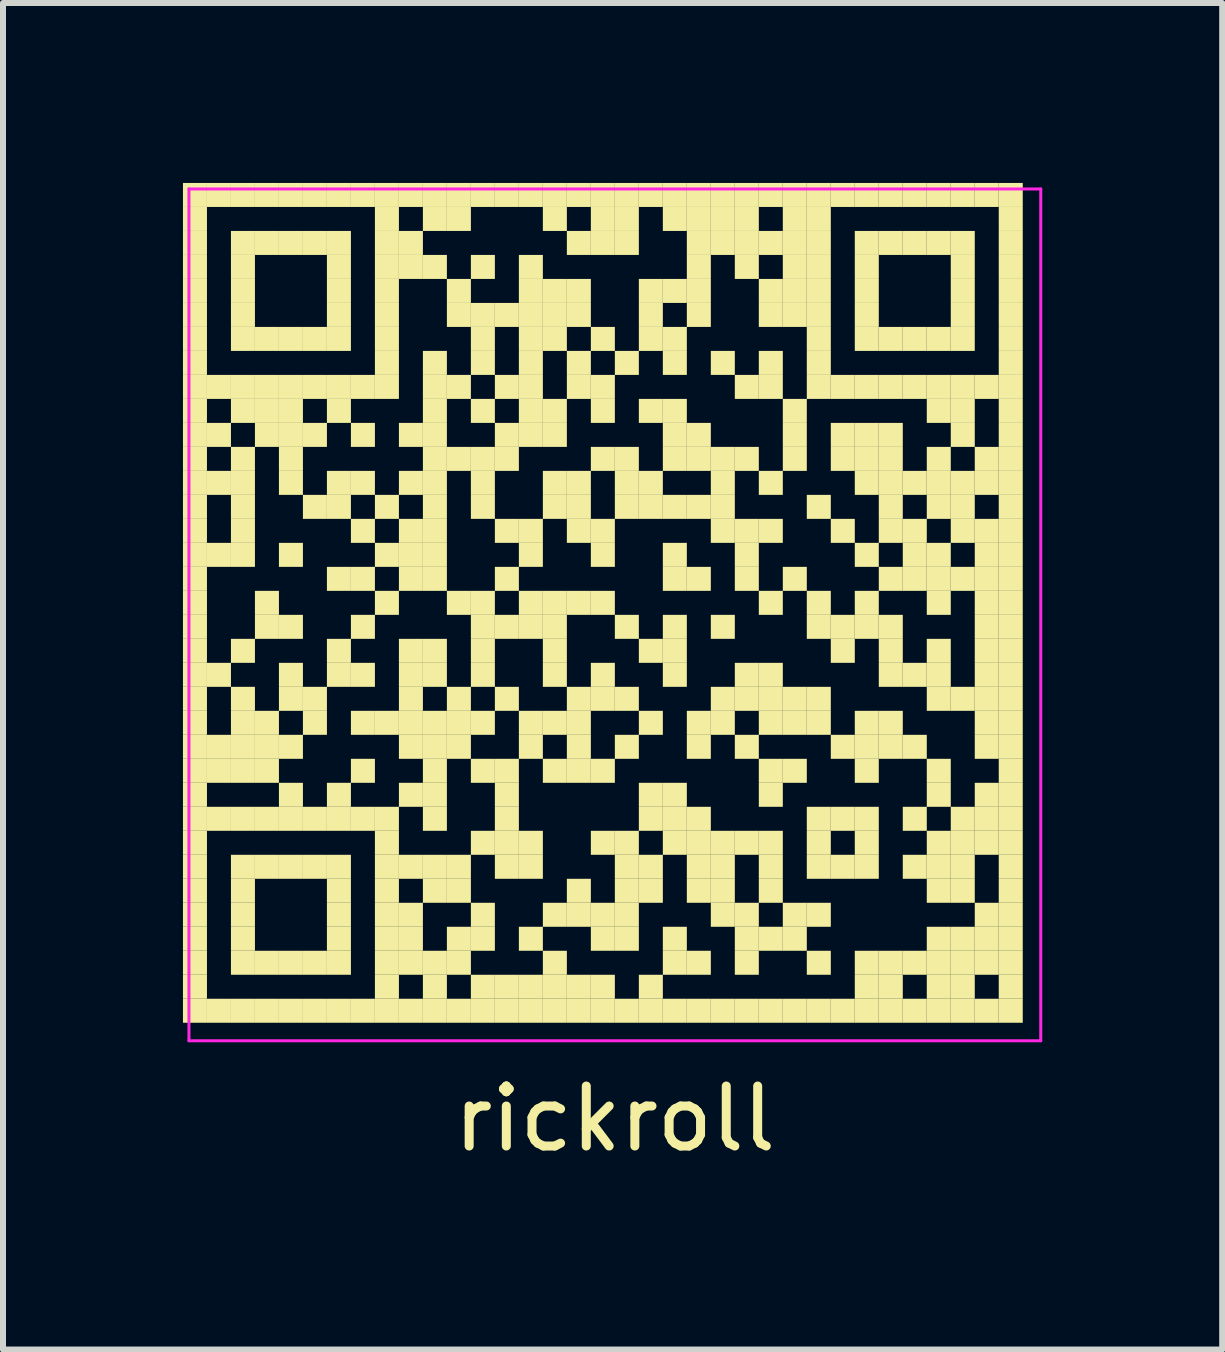
<source format=kicad_pcb>
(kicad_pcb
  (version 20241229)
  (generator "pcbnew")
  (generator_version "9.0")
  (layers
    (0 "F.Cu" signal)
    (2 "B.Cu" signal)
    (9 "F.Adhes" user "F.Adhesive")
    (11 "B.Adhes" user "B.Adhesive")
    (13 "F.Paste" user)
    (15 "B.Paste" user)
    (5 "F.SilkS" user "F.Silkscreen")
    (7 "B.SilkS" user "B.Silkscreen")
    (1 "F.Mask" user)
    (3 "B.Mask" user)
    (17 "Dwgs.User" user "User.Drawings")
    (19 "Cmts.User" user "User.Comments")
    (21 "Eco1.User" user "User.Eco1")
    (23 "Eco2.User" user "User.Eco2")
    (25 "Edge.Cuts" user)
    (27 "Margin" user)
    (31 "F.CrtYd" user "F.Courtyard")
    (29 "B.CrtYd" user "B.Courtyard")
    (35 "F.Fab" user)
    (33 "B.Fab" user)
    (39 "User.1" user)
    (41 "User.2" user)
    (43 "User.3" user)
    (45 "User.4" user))
  (footprint "rickroll"
    (layer "F.Cu")
    (at 7.2 7.2)
    (property "Reference" "rickroll" (at 0 8.4 0) (layer "F.SilkS") (effects (font (size 1 1) (thickness 0.15))))
    (attr through_hole)
    (fp_poly (pts (xy -6.8 -6.8) (xy -6.8 -7.2) (xy -7.2 -7.2) (xy -7.2 -6.8)) (stroke (width 0) (type solid)) (fill yes) (layer "F.SilkS"))
    (fp_poly (pts (xy -6.8 -6.4) (xy -6.8 -6.8) (xy -7.2 -6.8) (xy -7.2 -6.4)) (stroke (width 0) (type solid)) (fill yes) (layer "F.SilkS"))
    (fp_poly (pts (xy -6.8 -6) (xy -6.8 -6.4) (xy -7.2 -6.4) (xy -7.2 -6)) (stroke (width 0) (type solid)) (fill yes) (layer "F.SilkS"))
    (fp_poly (pts (xy -6.8 -5.6) (xy -6.8 -6) (xy -7.2 -6) (xy -7.2 -5.6)) (stroke (width 0) (type solid)) (fill yes) (layer "F.SilkS"))
    (fp_poly (pts (xy -6.8 -5.2) (xy -6.8 -5.6) (xy -7.2 -5.6) (xy -7.2 -5.2)) (stroke (width 0) (type solid)) (fill yes) (layer "F.SilkS"))
    (fp_poly (pts (xy -6.8 -4.8) (xy -6.8 -5.2) (xy -7.2 -5.2) (xy -7.2 -4.8)) (stroke (width 0) (type solid)) (fill yes) (layer "F.SilkS"))
    (fp_poly (pts (xy -6.8 -4.4) (xy -6.8 -4.8) (xy -7.2 -4.8) (xy -7.2 -4.4)) (stroke (width 0) (type solid)) (fill yes) (layer "F.SilkS"))
    (fp_poly (pts (xy -6.8 -4) (xy -6.8 -4.4) (xy -7.2 -4.4) (xy -7.2 -4)) (stroke (width 0) (type solid)) (fill yes) (layer "F.SilkS"))
    (fp_poly (pts (xy -6.8 -3.6) (xy -6.8 -4) (xy -7.2 -4) (xy -7.2 -3.6)) (stroke (width 0) (type solid)) (fill yes) (layer "F.SilkS"))
    (fp_poly (pts (xy -6.8 -3.2) (xy -6.8 -3.6) (xy -7.2 -3.6) (xy -7.2 -3.2)) (stroke (width 0) (type solid)) (fill yes) (layer "F.SilkS"))
    (fp_poly (pts (xy -6.8 -2.8) (xy -6.8 -3.2) (xy -7.2 -3.2) (xy -7.2 -2.8)) (stroke (width 0) (type solid)) (fill yes) (layer "F.SilkS"))
    (fp_poly (pts (xy -6.8 -2.4) (xy -6.8 -2.8) (xy -7.2 -2.8) (xy -7.2 -2.4)) (stroke (width 0) (type solid)) (fill yes) (layer "F.SilkS"))
    (fp_poly (pts (xy -6.8 -2) (xy -6.8 -2.4) (xy -7.2 -2.4) (xy -7.2 -2)) (stroke (width 0) (type solid)) (fill yes) (layer "F.SilkS"))
    (fp_poly (pts (xy -6.8 -1.6) (xy -6.8 -2) (xy -7.2 -2) (xy -7.2 -1.6)) (stroke (width 0) (type solid)) (fill yes) (layer "F.SilkS"))
    (fp_poly (pts (xy -6.8 -1.2) (xy -6.8 -1.6) (xy -7.2 -1.6) (xy -7.2 -1.2)) (stroke (width 0) (type solid)) (fill yes) (layer "F.SilkS"))
    (fp_poly (pts (xy -6.8 -0.8) (xy -6.8 -1.2) (xy -7.2 -1.2) (xy -7.2 -0.8)) (stroke (width 0) (type solid)) (fill yes) (layer "F.SilkS"))
    (fp_poly (pts (xy -6.8 -0.4) (xy -6.8 -0.8) (xy -7.2 -0.8) (xy -7.2 -0.4)) (stroke (width 0) (type solid)) (fill yes) (layer "F.SilkS"))
    (fp_poly (pts (xy -6.8 0) (xy -6.8 -0.4) (xy -7.2 -0.4) (xy -7.2 0)) (stroke (width 0) (type solid)) (fill yes) (layer "F.SilkS"))
    (fp_poly (pts (xy -6.8 0.4) (xy -6.8 0) (xy -7.2 0) (xy -7.2 0.4)) (stroke (width 0) (type solid)) (fill yes) (layer "F.SilkS"))
    (fp_poly (pts (xy -6.8 0.8) (xy -6.8 0.4) (xy -7.2 0.4) (xy -7.2 0.8)) (stroke (width 0) (type solid)) (fill yes) (layer "F.SilkS"))
    (fp_poly (pts (xy -6.8 1.2) (xy -6.8 0.8) (xy -7.2 0.8) (xy -7.2 1.2)) (stroke (width 0) (type solid)) (fill yes) (layer "F.SilkS"))
    (fp_poly (pts (xy -6.8 1.6) (xy -6.8 1.2) (xy -7.2 1.2) (xy -7.2 1.6)) (stroke (width 0) (type solid)) (fill yes) (layer "F.SilkS"))
    (fp_poly (pts (xy -6.8 2) (xy -6.8 1.6) (xy -7.2 1.6) (xy -7.2 2)) (stroke (width 0) (type solid)) (fill yes) (layer "F.SilkS"))
    (fp_poly (pts (xy -6.8 2.4) (xy -6.8 2) (xy -7.2 2) (xy -7.2 2.4)) (stroke (width 0) (type solid)) (fill yes) (layer "F.SilkS"))
    (fp_poly (pts (xy -6.8 2.8) (xy -6.8 2.4) (xy -7.2 2.4) (xy -7.2 2.8)) (stroke (width 0) (type solid)) (fill yes) (layer "F.SilkS"))
    (fp_poly (pts (xy -6.8 3.2) (xy -6.8 2.8) (xy -7.2 2.8) (xy -7.2 3.2)) (stroke (width 0) (type solid)) (fill yes) (layer "F.SilkS"))
    (fp_poly (pts (xy -6.8 3.6) (xy -6.8 3.2) (xy -7.2 3.2) (xy -7.2 3.6)) (stroke (width 0) (type solid)) (fill yes) (layer "F.SilkS"))
    (fp_poly (pts (xy -6.8 4) (xy -6.8 3.6) (xy -7.2 3.6) (xy -7.2 4)) (stroke (width 0) (type solid)) (fill yes) (layer "F.SilkS"))
    (fp_poly (pts (xy -6.8 4.4) (xy -6.8 4) (xy -7.2 4) (xy -7.2 4.4)) (stroke (width 0) (type solid)) (fill yes) (layer "F.SilkS"))
    (fp_poly (pts (xy -6.8 4.8) (xy -6.8 4.4) (xy -7.2 4.4) (xy -7.2 4.8)) (stroke (width 0) (type solid)) (fill yes) (layer "F.SilkS"))
    (fp_poly (pts (xy -6.8 5.2) (xy -6.8 4.8) (xy -7.2 4.8) (xy -7.2 5.2)) (stroke (width 0) (type solid)) (fill yes) (layer "F.SilkS"))
    (fp_poly (pts (xy -6.8 5.6) (xy -6.8 5.2) (xy -7.2 5.2) (xy -7.2 5.6)) (stroke (width 0) (type solid)) (fill yes) (layer "F.SilkS"))
    (fp_poly (pts (xy -6.8 6) (xy -6.8 5.6) (xy -7.2 5.6) (xy -7.2 6)) (stroke (width 0) (type solid)) (fill yes) (layer "F.SilkS"))
    (fp_poly (pts (xy -6.8 6.4) (xy -6.8 6) (xy -7.2 6) (xy -7.2 6.4)) (stroke (width 0) (type solid)) (fill yes) (layer "F.SilkS"))
    (fp_poly (pts (xy -6.8 6.8) (xy -6.8 6.4) (xy -7.2 6.4) (xy -7.2 6.8)) (stroke (width 0) (type solid)) (fill yes) (layer "F.SilkS"))
    (fp_poly (pts (xy -6.4 -6.8) (xy -6.4 -7.2) (xy -6.8 -7.2) (xy -6.8 -6.8)) (stroke (width 0) (type solid)) (fill yes) (layer "F.SilkS"))
    (fp_poly (pts (xy -6.4 -3.6) (xy -6.4 -4) (xy -6.8 -4) (xy -6.8 -3.6)) (stroke (width 0) (type solid)) (fill yes) (layer "F.SilkS"))
    (fp_poly (pts (xy -6.4 -2.8) (xy -6.4 -3.2) (xy -6.8 -3.2) (xy -6.8 -2.8)) (stroke (width 0) (type solid)) (fill yes) (layer "F.SilkS"))
    (fp_poly (pts (xy -6.4 -2) (xy -6.4 -2.4) (xy -6.8 -2.4) (xy -6.8 -2)) (stroke (width 0) (type solid)) (fill yes) (layer "F.SilkS"))
    (fp_poly (pts (xy -6.4 -0.8) (xy -6.4 -1.2) (xy -6.8 -1.2) (xy -6.8 -0.8)) (stroke (width 0) (type solid)) (fill yes) (layer "F.SilkS"))
    (fp_poly (pts (xy -6.4 1.2) (xy -6.4 0.8) (xy -6.8 0.8) (xy -6.8 1.2)) (stroke (width 0) (type solid)) (fill yes) (layer "F.SilkS"))
    (fp_poly (pts (xy -6.4 2.4) (xy -6.4 2) (xy -6.8 2) (xy -6.8 2.4)) (stroke (width 0) (type solid)) (fill yes) (layer "F.SilkS"))
    (fp_poly (pts (xy -6.4 2.8) (xy -6.4 2.4) (xy -6.8 2.4) (xy -6.8 2.8)) (stroke (width 0) (type solid)) (fill yes) (layer "F.SilkS"))
    (fp_poly (pts (xy -6.4 3.6) (xy -6.4 3.2) (xy -6.8 3.2) (xy -6.8 3.6)) (stroke (width 0) (type solid)) (fill yes) (layer "F.SilkS"))
    (fp_poly (pts (xy -6.4 6.8) (xy -6.4 6.4) (xy -6.8 6.4) (xy -6.8 6.8)) (stroke (width 0) (type solid)) (fill yes) (layer "F.SilkS"))
    (fp_poly (pts (xy -6 -6.8) (xy -6 -7.2) (xy -6.4 -7.2) (xy -6.4 -6.8)) (stroke (width 0) (type solid)) (fill yes) (layer "F.SilkS"))
    (fp_poly (pts (xy -6 -6) (xy -6 -6.4) (xy -6.4 -6.4) (xy -6.4 -6)) (stroke (width 0) (type solid)) (fill yes) (layer "F.SilkS"))
    (fp_poly (pts (xy -6 -5.6) (xy -6 -6) (xy -6.4 -6) (xy -6.4 -5.6)) (stroke (width 0) (type solid)) (fill yes) (layer "F.SilkS"))
    (fp_poly (pts (xy -6 -5.2) (xy -6 -5.6) (xy -6.4 -5.6) (xy -6.4 -5.2)) (stroke (width 0) (type solid)) (fill yes) (layer "F.SilkS"))
    (fp_poly (pts (xy -6 -4.8) (xy -6 -5.2) (xy -6.4 -5.2) (xy -6.4 -4.8)) (stroke (width 0) (type solid)) (fill yes) (layer "F.SilkS"))
    (fp_poly (pts (xy -6 -4.4) (xy -6 -4.8) (xy -6.4 -4.8) (xy -6.4 -4.4)) (stroke (width 0) (type solid)) (fill yes) (layer "F.SilkS"))
    (fp_poly (pts (xy -6 -3.6) (xy -6 -4) (xy -6.4 -4) (xy -6.4 -3.6)) (stroke (width 0) (type solid)) (fill yes) (layer "F.SilkS"))
    (fp_poly (pts (xy -6 -3.2) (xy -6 -3.6) (xy -6.4 -3.6) (xy -6.4 -3.2)) (stroke (width 0) (type solid)) (fill yes) (layer "F.SilkS"))
    (fp_poly (pts (xy -6 -2.4) (xy -6 -2.8) (xy -6.4 -2.8) (xy -6.4 -2.4)) (stroke (width 0) (type solid)) (fill yes) (layer "F.SilkS"))
    (fp_poly (pts (xy -6 -2) (xy -6 -2.4) (xy -6.4 -2.4) (xy -6.4 -2)) (stroke (width 0) (type solid)) (fill yes) (layer "F.SilkS"))
    (fp_poly (pts (xy -6 -1.6) (xy -6 -2) (xy -6.4 -2) (xy -6.4 -1.6)) (stroke (width 0) (type solid)) (fill yes) (layer "F.SilkS"))
    (fp_poly (pts (xy -6 -1.2) (xy -6 -1.6) (xy -6.4 -1.6) (xy -6.4 -1.2)) (stroke (width 0) (type solid)) (fill yes) (layer "F.SilkS"))
    (fp_poly (pts (xy -6 -0.8) (xy -6 -1.2) (xy -6.4 -1.2) (xy -6.4 -0.8)) (stroke (width 0) (type solid)) (fill yes) (layer "F.SilkS"))
    (fp_poly (pts (xy -6 0.8) (xy -6 0.4) (xy -6.4 0.4) (xy -6.4 0.8)) (stroke (width 0) (type solid)) (fill yes) (layer "F.SilkS"))
    (fp_poly (pts (xy -6 1.6) (xy -6 1.2) (xy -6.4 1.2) (xy -6.4 1.6)) (stroke (width 0) (type solid)) (fill yes) (layer "F.SilkS"))
    (fp_poly (pts (xy -6 2) (xy -6 1.6) (xy -6.4 1.6) (xy -6.4 2)) (stroke (width 0) (type solid)) (fill yes) (layer "F.SilkS"))
    (fp_poly (pts (xy -6 2.4) (xy -6 2) (xy -6.4 2) (xy -6.4 2.4)) (stroke (width 0) (type solid)) (fill yes) (layer "F.SilkS"))
    (fp_poly (pts (xy -6 2.8) (xy -6 2.4) (xy -6.4 2.4) (xy -6.4 2.8)) (stroke (width 0) (type solid)) (fill yes) (layer "F.SilkS"))
    (fp_poly (pts (xy -6 3.6) (xy -6 3.2) (xy -6.4 3.2) (xy -6.4 3.6)) (stroke (width 0) (type solid)) (fill yes) (layer "F.SilkS"))
    (fp_poly (pts (xy -6 4.4) (xy -6 4) (xy -6.4 4) (xy -6.4 4.4)) (stroke (width 0) (type solid)) (fill yes) (layer "F.SilkS"))
    (fp_poly (pts (xy -6 4.8) (xy -6 4.4) (xy -6.4 4.4) (xy -6.4 4.8)) (stroke (width 0) (type solid)) (fill yes) (layer "F.SilkS"))
    (fp_poly (pts (xy -6 5.2) (xy -6 4.8) (xy -6.4 4.8) (xy -6.4 5.2)) (stroke (width 0) (type solid)) (fill yes) (layer "F.SilkS"))
    (fp_poly (pts (xy -6 5.6) (xy -6 5.2) (xy -6.4 5.2) (xy -6.4 5.6)) (stroke (width 0) (type solid)) (fill yes) (layer "F.SilkS"))
    (fp_poly (pts (xy -6 6) (xy -6 5.6) (xy -6.4 5.6) (xy -6.4 6)) (stroke (width 0) (type solid)) (fill yes) (layer "F.SilkS"))
    (fp_poly (pts (xy -6 6.8) (xy -6 6.4) (xy -6.4 6.4) (xy -6.4 6.8)) (stroke (width 0) (type solid)) (fill yes) (layer "F.SilkS"))
    (fp_poly (pts (xy -5.6 -6.8) (xy -5.6 -7.2) (xy -6 -7.2) (xy -6 -6.8)) (stroke (width 0) (type solid)) (fill yes) (layer "F.SilkS"))
    (fp_poly (pts (xy -5.6 -6) (xy -5.6 -6.4) (xy -6 -6.4) (xy -6 -6)) (stroke (width 0) (type solid)) (fill yes) (layer "F.SilkS"))
    (fp_poly (pts (xy -5.6 -4.4) (xy -5.6 -4.8) (xy -6 -4.8) (xy -6 -4.4)) (stroke (width 0) (type solid)) (fill yes) (layer "F.SilkS"))
    (fp_poly (pts (xy -5.6 -3.6) (xy -5.6 -4) (xy -6 -4) (xy -6 -3.6)) (stroke (width 0) (type solid)) (fill yes) (layer "F.SilkS"))
    (fp_poly (pts (xy -5.6 -3.2) (xy -5.6 -3.6) (xy -6 -3.6) (xy -6 -3.2)) (stroke (width 0) (type solid)) (fill yes) (layer "F.SilkS"))
    (fp_poly (pts (xy -5.6 -2.8) (xy -5.6 -3.2) (xy -6 -3.2) (xy -6 -2.8)) (stroke (width 0) (type solid)) (fill yes) (layer "F.SilkS"))
    (fp_poly (pts (xy -5.6 0) (xy -5.6 -0.4) (xy -6 -0.4) (xy -6 0)) (stroke (width 0) (type solid)) (fill yes) (layer "F.SilkS"))
    (fp_poly (pts (xy -5.6 0.4) (xy -5.6 0) (xy -6 0) (xy -6 0.4)) (stroke (width 0) (type solid)) (fill yes) (layer "F.SilkS"))
    (fp_poly (pts (xy -5.6 2) (xy -5.6 1.6) (xy -6 1.6) (xy -6 2)) (stroke (width 0) (type solid)) (fill yes) (layer "F.SilkS"))
    (fp_poly (pts (xy -5.6 2.4) (xy -5.6 2) (xy -6 2) (xy -6 2.4)) (stroke (width 0) (type solid)) (fill yes) (layer "F.SilkS"))
    (fp_poly (pts (xy -5.6 2.8) (xy -5.6 2.4) (xy -6 2.4) (xy -6 2.8)) (stroke (width 0) (type solid)) (fill yes) (layer "F.SilkS"))
    (fp_poly (pts (xy -5.6 3.6) (xy -5.6 3.2) (xy -6 3.2) (xy -6 3.6)) (stroke (width 0) (type solid)) (fill yes) (layer "F.SilkS"))
    (fp_poly (pts (xy -5.6 4.4) (xy -5.6 4) (xy -6 4) (xy -6 4.4)) (stroke (width 0) (type solid)) (fill yes) (layer "F.SilkS"))
    (fp_poly (pts (xy -5.6 6) (xy -5.6 5.6) (xy -6 5.6) (xy -6 6)) (stroke (width 0) (type solid)) (fill yes) (layer "F.SilkS"))
    (fp_poly (pts (xy -5.6 6.8) (xy -5.6 6.4) (xy -6 6.4) (xy -6 6.8)) (stroke (width 0) (type solid)) (fill yes) (layer "F.SilkS"))
    (fp_poly (pts (xy -5.2 -6.8) (xy -5.2 -7.2) (xy -5.6 -7.2) (xy -5.6 -6.8)) (stroke (width 0) (type solid)) (fill yes) (layer "F.SilkS"))
    (fp_poly (pts (xy -5.2 -6) (xy -5.2 -6.4) (xy -5.6 -6.4) (xy -5.6 -6)) (stroke (width 0) (type solid)) (fill yes) (layer "F.SilkS"))
    (fp_poly (pts (xy -5.2 -4.4) (xy -5.2 -4.8) (xy -5.6 -4.8) (xy -5.6 -4.4)) (stroke (width 0) (type solid)) (fill yes) (layer "F.SilkS"))
    (fp_poly (pts (xy -5.2 -3.6) (xy -5.2 -4) (xy -5.6 -4) (xy -5.6 -3.6)) (stroke (width 0) (type solid)) (fill yes) (layer "F.SilkS"))
    (fp_poly (pts (xy -5.2 -3.2) (xy -5.2 -3.6) (xy -5.6 -3.6) (xy -5.6 -3.2)) (stroke (width 0) (type solid)) (fill yes) (layer "F.SilkS"))
    (fp_poly (pts (xy -5.2 -2.8) (xy -5.2 -3.2) (xy -5.6 -3.2) (xy -5.6 -2.8)) (stroke (width 0) (type solid)) (fill yes) (layer "F.SilkS"))
    (fp_poly (pts (xy -5.2 -2.4) (xy -5.2 -2.8) (xy -5.6 -2.8) (xy -5.6 -2.4)) (stroke (width 0) (type solid)) (fill yes) (layer "F.SilkS"))
    (fp_poly (pts (xy -5.2 -2) (xy -5.2 -2.4) (xy -5.6 -2.4) (xy -5.6 -2)) (stroke (width 0) (type solid)) (fill yes) (layer "F.SilkS"))
    (fp_poly (pts (xy -5.2 -0.8) (xy -5.2 -1.2) (xy -5.6 -1.2) (xy -5.6 -0.8)) (stroke (width 0) (type solid)) (fill yes) (layer "F.SilkS"))
    (fp_poly (pts (xy -5.2 0.4) (xy -5.2 0) (xy -5.6 0) (xy -5.6 0.4)) (stroke (width 0) (type solid)) (fill yes) (layer "F.SilkS"))
    (fp_poly (pts (xy -5.2 1.2) (xy -5.2 0.8) (xy -5.6 0.8) (xy -5.6 1.2)) (stroke (width 0) (type solid)) (fill yes) (layer "F.SilkS"))
    (fp_poly (pts (xy -5.2 1.6) (xy -5.2 1.2) (xy -5.6 1.2) (xy -5.6 1.6)) (stroke (width 0) (type solid)) (fill yes) (layer "F.SilkS"))
    (fp_poly (pts (xy -5.2 2.4) (xy -5.2 2) (xy -5.6 2) (xy -5.6 2.4)) (stroke (width 0) (type solid)) (fill yes) (layer "F.SilkS"))
    (fp_poly (pts (xy -5.2 3.2) (xy -5.2 2.8) (xy -5.6 2.8) (xy -5.6 3.2)) (stroke (width 0) (type solid)) (fill yes) (layer "F.SilkS"))
    (fp_poly (pts (xy -5.2 3.6) (xy -5.2 3.2) (xy -5.6 3.2) (xy -5.6 3.6)) (stroke (width 0) (type solid)) (fill yes) (layer "F.SilkS"))
    (fp_poly (pts (xy -5.2 4.4) (xy -5.2 4) (xy -5.6 4) (xy -5.6 4.4)) (stroke (width 0) (type solid)) (fill yes) (layer "F.SilkS"))
    (fp_poly (pts (xy -5.2 6) (xy -5.2 5.6) (xy -5.6 5.6) (xy -5.6 6)) (stroke (width 0) (type solid)) (fill yes) (layer "F.SilkS"))
    (fp_poly (pts (xy -5.2 6.8) (xy -5.2 6.4) (xy -5.6 6.4) (xy -5.6 6.8)) (stroke (width 0) (type solid)) (fill yes) (layer "F.SilkS"))
    (fp_poly (pts (xy -4.8 -6.8) (xy -4.8 -7.2) (xy -5.2 -7.2) (xy -5.2 -6.8)) (stroke (width 0) (type solid)) (fill yes) (layer "F.SilkS"))
    (fp_poly (pts (xy -4.8 -6) (xy -4.8 -6.4) (xy -5.2 -6.4) (xy -5.2 -6)) (stroke (width 0) (type solid)) (fill yes) (layer "F.SilkS"))
    (fp_poly (pts (xy -4.8 -4.4) (xy -4.8 -4.8) (xy -5.2 -4.8) (xy -5.2 -4.4)) (stroke (width 0) (type solid)) (fill yes) (layer "F.SilkS"))
    (fp_poly (pts (xy -4.8 -3.6) (xy -4.8 -4) (xy -5.2 -4) (xy -5.2 -3.6)) (stroke (width 0) (type solid)) (fill yes) (layer "F.SilkS"))
    (fp_poly (pts (xy -4.8 -2.8) (xy -4.8 -3.2) (xy -5.2 -3.2) (xy -5.2 -2.8)) (stroke (width 0) (type solid)) (fill yes) (layer "F.SilkS"))
    (fp_poly (pts (xy -4.8 -1.6) (xy -4.8 -2) (xy -5.2 -2) (xy -5.2 -1.6)) (stroke (width 0) (type solid)) (fill yes) (layer "F.SilkS"))
    (fp_poly (pts (xy -4.8 1.6) (xy -4.8 1.2) (xy -5.2 1.2) (xy -5.2 1.6)) (stroke (width 0) (type solid)) (fill yes) (layer "F.SilkS"))
    (fp_poly (pts (xy -4.8 2) (xy -4.8 1.6) (xy -5.2 1.6) (xy -5.2 2)) (stroke (width 0) (type solid)) (fill yes) (layer "F.SilkS"))
    (fp_poly (pts (xy -4.8 3.6) (xy -4.8 3.2) (xy -5.2 3.2) (xy -5.2 3.6)) (stroke (width 0) (type solid)) (fill yes) (layer "F.SilkS"))
    (fp_poly (pts (xy -4.8 4.4) (xy -4.8 4) (xy -5.2 4) (xy -5.2 4.4)) (stroke (width 0) (type solid)) (fill yes) (layer "F.SilkS"))
    (fp_poly (pts (xy -4.8 6) (xy -4.8 5.6) (xy -5.2 5.6) (xy -5.2 6)) (stroke (width 0) (type solid)) (fill yes) (layer "F.SilkS"))
    (fp_poly (pts (xy -4.8 6.8) (xy -4.8 6.4) (xy -5.2 6.4) (xy -5.2 6.8)) (stroke (width 0) (type solid)) (fill yes) (layer "F.SilkS"))
    (fp_poly (pts (xy -4.4 -6.8) (xy -4.4 -7.2) (xy -4.8 -7.2) (xy -4.8 -6.8)) (stroke (width 0) (type solid)) (fill yes) (layer "F.SilkS"))
    (fp_poly (pts (xy -4.4 -6) (xy -4.4 -6.4) (xy -4.8 -6.4) (xy -4.8 -6)) (stroke (width 0) (type solid)) (fill yes) (layer "F.SilkS"))
    (fp_poly (pts (xy -4.4 -5.6) (xy -4.4 -6) (xy -4.8 -6) (xy -4.8 -5.6)) (stroke (width 0) (type solid)) (fill yes) (layer "F.SilkS"))
    (fp_poly (pts (xy -4.4 -5.2) (xy -4.4 -5.6) (xy -4.8 -5.6) (xy -4.8 -5.2)) (stroke (width 0) (type solid)) (fill yes) (layer "F.SilkS"))
    (fp_poly (pts (xy -4.4 -4.8) (xy -4.4 -5.2) (xy -4.8 -5.2) (xy -4.8 -4.8)) (stroke (width 0) (type solid)) (fill yes) (layer "F.SilkS"))
    (fp_poly (pts (xy -4.4 -4.4) (xy -4.4 -4.8) (xy -4.8 -4.8) (xy -4.8 -4.4)) (stroke (width 0) (type solid)) (fill yes) (layer "F.SilkS"))
    (fp_poly (pts (xy -4.4 -3.6) (xy -4.4 -4) (xy -4.8 -4) (xy -4.8 -3.6)) (stroke (width 0) (type solid)) (fill yes) (layer "F.SilkS"))
    (fp_poly (pts (xy -4.4 -3.2) (xy -4.4 -3.6) (xy -4.8 -3.6) (xy -4.8 -3.2)) (stroke (width 0) (type solid)) (fill yes) (layer "F.SilkS"))
    (fp_poly (pts (xy -4.4 -2) (xy -4.4 -2.4) (xy -4.8 -2.4) (xy -4.8 -2)) (stroke (width 0) (type solid)) (fill yes) (layer "F.SilkS"))
    (fp_poly (pts (xy -4.4 -1.6) (xy -4.4 -2) (xy -4.8 -2) (xy -4.8 -1.6)) (stroke (width 0) (type solid)) (fill yes) (layer "F.SilkS"))
    (fp_poly (pts (xy -4.4 -0.4) (xy -4.4 -0.8) (xy -4.8 -0.8) (xy -4.8 -0.4)) (stroke (width 0) (type solid)) (fill yes) (layer "F.SilkS"))
    (fp_poly (pts (xy -4.4 0.8) (xy -4.4 0.4) (xy -4.8 0.4) (xy -4.8 0.8)) (stroke (width 0) (type solid)) (fill yes) (layer "F.SilkS"))
    (fp_poly (pts (xy -4.4 1.2) (xy -4.4 0.8) (xy -4.8 0.8) (xy -4.8 1.2)) (stroke (width 0) (type solid)) (fill yes) (layer "F.SilkS"))
    (fp_poly (pts (xy -4.4 3.2) (xy -4.4 2.8) (xy -4.8 2.8) (xy -4.8 3.2)) (stroke (width 0) (type solid)) (fill yes) (layer "F.SilkS"))
    (fp_poly (pts (xy -4.4 3.6) (xy -4.4 3.2) (xy -4.8 3.2) (xy -4.8 3.6)) (stroke (width 0) (type solid)) (fill yes) (layer "F.SilkS"))
    (fp_poly (pts (xy -4.4 4.4) (xy -4.4 4) (xy -4.8 4) (xy -4.8 4.4)) (stroke (width 0) (type solid)) (fill yes) (layer "F.SilkS"))
    (fp_poly (pts (xy -4.4 4.8) (xy -4.4 4.4) (xy -4.8 4.4) (xy -4.8 4.8)) (stroke (width 0) (type solid)) (fill yes) (layer "F.SilkS"))
    (fp_poly (pts (xy -4.4 5.2) (xy -4.4 4.8) (xy -4.8 4.8) (xy -4.8 5.2)) (stroke (width 0) (type solid)) (fill yes) (layer "F.SilkS"))
    (fp_poly (pts (xy -4.4 5.6) (xy -4.4 5.2) (xy -4.8 5.2) (xy -4.8 5.6)) (stroke (width 0) (type solid)) (fill yes) (layer "F.SilkS"))
    (fp_poly (pts (xy -4.4 6) (xy -4.4 5.6) (xy -4.8 5.6) (xy -4.8 6)) (stroke (width 0) (type solid)) (fill yes) (layer "F.SilkS"))
    (fp_poly (pts (xy -4.4 6.8) (xy -4.4 6.4) (xy -4.8 6.4) (xy -4.8 6.8)) (stroke (width 0) (type solid)) (fill yes) (layer "F.SilkS"))
    (fp_poly (pts (xy -4 -6.8) (xy -4 -7.2) (xy -4.4 -7.2) (xy -4.4 -6.8)) (stroke (width 0) (type solid)) (fill yes) (layer "F.SilkS"))
    (fp_poly (pts (xy -4 -3.6) (xy -4 -4) (xy -4.4 -4) (xy -4.4 -3.6)) (stroke (width 0) (type solid)) (fill yes) (layer "F.SilkS"))
    (fp_poly (pts (xy -4 -2.8) (xy -4 -3.2) (xy -4.4 -3.2) (xy -4.4 -2.8)) (stroke (width 0) (type solid)) (fill yes) (layer "F.SilkS"))
    (fp_poly (pts (xy -4 -2) (xy -4 -2.4) (xy -4.4 -2.4) (xy -4.4 -2)) (stroke (width 0) (type solid)) (fill yes) (layer "F.SilkS"))
    (fp_poly (pts (xy -4 -1.2) (xy -4 -1.6) (xy -4.4 -1.6) (xy -4.4 -1.2)) (stroke (width 0) (type solid)) (fill yes) (layer "F.SilkS"))
    (fp_poly (pts (xy -4 -0.4) (xy -4 -0.8) (xy -4.4 -0.8) (xy -4.4 -0.4)) (stroke (width 0) (type solid)) (fill yes) (layer "F.SilkS"))
    (fp_poly (pts (xy -4 0.4) (xy -4 0) (xy -4.4 0) (xy -4.4 0.4)) (stroke (width 0) (type solid)) (fill yes) (layer "F.SilkS"))
    (fp_poly (pts (xy -4 1.2) (xy -4 0.8) (xy -4.4 0.8) (xy -4.4 1.2)) (stroke (width 0) (type solid)) (fill yes) (layer "F.SilkS"))
    (fp_poly (pts (xy -4 2) (xy -4 1.6) (xy -4.4 1.6) (xy -4.4 2)) (stroke (width 0) (type solid)) (fill yes) (layer "F.SilkS"))
    (fp_poly (pts (xy -4 2.8) (xy -4 2.4) (xy -4.4 2.4) (xy -4.4 2.8)) (stroke (width 0) (type solid)) (fill yes) (layer "F.SilkS"))
    (fp_poly (pts (xy -4 3.6) (xy -4 3.2) (xy -4.4 3.2) (xy -4.4 3.6)) (stroke (width 0) (type solid)) (fill yes) (layer "F.SilkS"))
    (fp_poly (pts (xy -4 6.8) (xy -4 6.4) (xy -4.4 6.4) (xy -4.4 6.8)) (stroke (width 0) (type solid)) (fill yes) (layer "F.SilkS"))
    (fp_poly (pts (xy -3.6 -6.8) (xy -3.6 -7.2) (xy -4 -7.2) (xy -4 -6.8)) (stroke (width 0) (type solid)) (fill yes) (layer "F.SilkS"))
    (fp_poly (pts (xy -3.6 -6.4) (xy -3.6 -6.8) (xy -4 -6.8) (xy -4 -6.4)) (stroke (width 0) (type solid)) (fill yes) (layer "F.SilkS"))
    (fp_poly (pts (xy -3.6 -6) (xy -3.6 -6.4) (xy -4 -6.4) (xy -4 -6)) (stroke (width 0) (type solid)) (fill yes) (layer "F.SilkS"))
    (fp_poly (pts (xy -3.6 -5.6) (xy -3.6 -6) (xy -4 -6) (xy -4 -5.6)) (stroke (width 0) (type solid)) (fill yes) (layer "F.SilkS"))
    (fp_poly (pts (xy -3.6 -5.2) (xy -3.6 -5.6) (xy -4 -5.6) (xy -4 -5.2)) (stroke (width 0) (type solid)) (fill yes) (layer "F.SilkS"))
    (fp_poly (pts (xy -3.6 -4.8) (xy -3.6 -5.2) (xy -4 -5.2) (xy -4 -4.8)) (stroke (width 0) (type solid)) (fill yes) (layer "F.SilkS"))
    (fp_poly (pts (xy -3.6 -4.4) (xy -3.6 -4.8) (xy -4 -4.8) (xy -4 -4.4)) (stroke (width 0) (type solid)) (fill yes) (layer "F.SilkS"))
    (fp_poly (pts (xy -3.6 -4) (xy -3.6 -4.4) (xy -4 -4.4) (xy -4 -4)) (stroke (width 0) (type solid)) (fill yes) (layer "F.SilkS"))
    (fp_poly (pts (xy -3.6 -3.6) (xy -3.6 -4) (xy -4 -4) (xy -4 -3.6)) (stroke (width 0) (type solid)) (fill yes) (layer "F.SilkS"))
    (fp_poly (pts (xy -3.6 -1.6) (xy -3.6 -2) (xy -4 -2) (xy -4 -1.6)) (stroke (width 0) (type solid)) (fill yes) (layer "F.SilkS"))
    (fp_poly (pts (xy -3.6 -0.8) (xy -3.6 -1.2) (xy -4 -1.2) (xy -4 -0.8)) (stroke (width 0) (type solid)) (fill yes) (layer "F.SilkS"))
    (fp_poly (pts (xy -3.6 0) (xy -3.6 -0.4) (xy -4 -0.4) (xy -4 0)) (stroke (width 0) (type solid)) (fill yes) (layer "F.SilkS"))
    (fp_poly (pts (xy -3.6 2) (xy -3.6 1.6) (xy -4 1.6) (xy -4 2)) (stroke (width 0) (type solid)) (fill yes) (layer "F.SilkS"))
    (fp_poly (pts (xy -3.6 3.6) (xy -3.6 3.2) (xy -4 3.2) (xy -4 3.6)) (stroke (width 0) (type solid)) (fill yes) (layer "F.SilkS"))
    (fp_poly (pts (xy -3.6 4) (xy -3.6 3.6) (xy -4 3.6) (xy -4 4)) (stroke (width 0) (type solid)) (fill yes) (layer "F.SilkS"))
    (fp_poly (pts (xy -3.6 4.4) (xy -3.6 4) (xy -4 4) (xy -4 4.4)) (stroke (width 0) (type solid)) (fill yes) (layer "F.SilkS"))
    (fp_poly (pts (xy -3.6 4.8) (xy -3.6 4.4) (xy -4 4.4) (xy -4 4.8)) (stroke (width 0) (type solid)) (fill yes) (layer "F.SilkS"))
    (fp_poly (pts (xy -3.6 5.2) (xy -3.6 4.8) (xy -4 4.8) (xy -4 5.2)) (stroke (width 0) (type solid)) (fill yes) (layer "F.SilkS"))
    (fp_poly (pts (xy -3.6 5.6) (xy -3.6 5.2) (xy -4 5.2) (xy -4 5.6)) (stroke (width 0) (type solid)) (fill yes) (layer "F.SilkS"))
    (fp_poly (pts (xy -3.6 6) (xy -3.6 5.6) (xy -4 5.6) (xy -4 6)) (stroke (width 0) (type solid)) (fill yes) (layer "F.SilkS"))
    (fp_poly (pts (xy -3.6 6.4) (xy -3.6 6) (xy -4 6) (xy -4 6.4)) (stroke (width 0) (type solid)) (fill yes) (layer "F.SilkS"))
    (fp_poly (pts (xy -3.6 6.8) (xy -3.6 6.4) (xy -4 6.4) (xy -4 6.8)) (stroke (width 0) (type solid)) (fill yes) (layer "F.SilkS"))
    (fp_poly (pts (xy -3.2 -6.8) (xy -3.2 -7.2) (xy -3.6 -7.2) (xy -3.6 -6.8)) (stroke (width 0) (type solid)) (fill yes) (layer "F.SilkS"))
    (fp_poly (pts (xy -3.2 -6) (xy -3.2 -6.4) (xy -3.6 -6.4) (xy -3.6 -6)) (stroke (width 0) (type solid)) (fill yes) (layer "F.SilkS"))
    (fp_poly (pts (xy -3.2 -5.6) (xy -3.2 -6) (xy -3.6 -6) (xy -3.6 -5.6)) (stroke (width 0) (type solid)) (fill yes) (layer "F.SilkS"))
    (fp_poly (pts (xy -3.2 -2.8) (xy -3.2 -3.2) (xy -3.6 -3.2) (xy -3.6 -2.8)) (stroke (width 0) (type solid)) (fill yes) (layer "F.SilkS"))
    (fp_poly (pts (xy -3.2 -2) (xy -3.2 -2.4) (xy -3.6 -2.4) (xy -3.6 -2)) (stroke (width 0) (type solid)) (fill yes) (layer "F.SilkS"))
    (fp_poly (pts (xy -3.2 -1.2) (xy -3.2 -1.6) (xy -3.6 -1.6) (xy -3.6 -1.2)) (stroke (width 0) (type solid)) (fill yes) (layer "F.SilkS"))
    (fp_poly (pts (xy -3.2 -0.8) (xy -3.2 -1.2) (xy -3.6 -1.2) (xy -3.6 -0.8)) (stroke (width 0) (type solid)) (fill yes) (layer "F.SilkS"))
    (fp_poly (pts (xy -3.2 -0.4) (xy -3.2 -0.8) (xy -3.6 -0.8) (xy -3.6 -0.4)) (stroke (width 0) (type solid)) (fill yes) (layer "F.SilkS"))
    (fp_poly (pts (xy -3.2 0.8) (xy -3.2 0.4) (xy -3.6 0.4) (xy -3.6 0.8)) (stroke (width 0) (type solid)) (fill yes) (layer "F.SilkS"))
    (fp_poly (pts (xy -3.2 1.2) (xy -3.2 0.8) (xy -3.6 0.8) (xy -3.6 1.2)) (stroke (width 0) (type solid)) (fill yes) (layer "F.SilkS"))
    (fp_poly (pts (xy -3.2 1.6) (xy -3.2 1.2) (xy -3.6 1.2) (xy -3.6 1.6)) (stroke (width 0) (type solid)) (fill yes) (layer "F.SilkS"))
    (fp_poly (pts (xy -3.2 2) (xy -3.2 1.6) (xy -3.6 1.6) (xy -3.6 2)) (stroke (width 0) (type solid)) (fill yes) (layer "F.SilkS"))
    (fp_poly (pts (xy -3.2 2.4) (xy -3.2 2) (xy -3.6 2) (xy -3.6 2.4)) (stroke (width 0) (type solid)) (fill yes) (layer "F.SilkS"))
    (fp_poly (pts (xy -3.2 3.2) (xy -3.2 2.8) (xy -3.6 2.8) (xy -3.6 3.2)) (stroke (width 0) (type solid)) (fill yes) (layer "F.SilkS"))
    (fp_poly (pts (xy -3.2 4.4) (xy -3.2 4) (xy -3.6 4) (xy -3.6 4.4)) (stroke (width 0) (type solid)) (fill yes) (layer "F.SilkS"))
    (fp_poly (pts (xy -3.2 5.2) (xy -3.2 4.8) (xy -3.6 4.8) (xy -3.6 5.2)) (stroke (width 0) (type solid)) (fill yes) (layer "F.SilkS"))
    (fp_poly (pts (xy -3.2 5.6) (xy -3.2 5.2) (xy -3.6 5.2) (xy -3.6 5.6)) (stroke (width 0) (type solid)) (fill yes) (layer "F.SilkS"))
    (fp_poly (pts (xy -3.2 6) (xy -3.2 5.6) (xy -3.6 5.6) (xy -3.6 6)) (stroke (width 0) (type solid)) (fill yes) (layer "F.SilkS"))
    (fp_poly (pts (xy -3.2 6.8) (xy -3.2 6.4) (xy -3.6 6.4) (xy -3.6 6.8)) (stroke (width 0) (type solid)) (fill yes) (layer "F.SilkS"))
    (fp_poly (pts (xy -2.8 -6.8) (xy -2.8 -7.2) (xy -3.2 -7.2) (xy -3.2 -6.8)) (stroke (width 0) (type solid)) (fill yes) (layer "F.SilkS"))
    (fp_poly (pts (xy -2.8 -6.4) (xy -2.8 -6.8) (xy -3.2 -6.8) (xy -3.2 -6.4)) (stroke (width 0) (type solid)) (fill yes) (layer "F.SilkS"))
    (fp_poly (pts (xy -2.8 -5.6) (xy -2.8 -6) (xy -3.2 -6) (xy -3.2 -5.6)) (stroke (width 0) (type solid)) (fill yes) (layer "F.SilkS"))
    (fp_poly (pts (xy -2.8 -4) (xy -2.8 -4.4) (xy -3.2 -4.4) (xy -3.2 -4)) (stroke (width 0) (type solid)) (fill yes) (layer "F.SilkS"))
    (fp_poly (pts (xy -2.8 -3.6) (xy -2.8 -4) (xy -3.2 -4) (xy -3.2 -3.6)) (stroke (width 0) (type solid)) (fill yes) (layer "F.SilkS"))
    (fp_poly (pts (xy -2.8 -3.2) (xy -2.8 -3.6) (xy -3.2 -3.6) (xy -3.2 -3.2)) (stroke (width 0) (type solid)) (fill yes) (layer "F.SilkS"))
    (fp_poly (pts (xy -2.8 -2.8) (xy -2.8 -3.2) (xy -3.2 -3.2) (xy -3.2 -2.8)) (stroke (width 0) (type solid)) (fill yes) (layer "F.SilkS"))
    (fp_poly (pts (xy -2.8 -2.4) (xy -2.8 -2.8) (xy -3.2 -2.8) (xy -3.2 -2.4)) (stroke (width 0) (type solid)) (fill yes) (layer "F.SilkS"))
    (fp_poly (pts (xy -2.8 -2) (xy -2.8 -2.4) (xy -3.2 -2.4) (xy -3.2 -2)) (stroke (width 0) (type solid)) (fill yes) (layer "F.SilkS"))
    (fp_poly (pts (xy -2.8 -1.6) (xy -2.8 -2) (xy -3.2 -2) (xy -3.2 -1.6)) (stroke (width 0) (type solid)) (fill yes) (layer "F.SilkS"))
    (fp_poly (pts (xy -2.8 -1.2) (xy -2.8 -1.6) (xy -3.2 -1.6) (xy -3.2 -1.2)) (stroke (width 0) (type solid)) (fill yes) (layer "F.SilkS"))
    (fp_poly (pts (xy -2.8 -0.8) (xy -2.8 -1.2) (xy -3.2 -1.2) (xy -3.2 -0.8)) (stroke (width 0) (type solid)) (fill yes) (layer "F.SilkS"))
    (fp_poly (pts (xy -2.8 -0.4) (xy -2.8 -0.8) (xy -3.2 -0.8) (xy -3.2 -0.4)) (stroke (width 0) (type solid)) (fill yes) (layer "F.SilkS"))
    (fp_poly (pts (xy -2.8 0.8) (xy -2.8 0.4) (xy -3.2 0.4) (xy -3.2 0.8)) (stroke (width 0) (type solid)) (fill yes) (layer "F.SilkS"))
    (fp_poly (pts (xy -2.8 1.2) (xy -2.8 0.8) (xy -3.2 0.8) (xy -3.2 1.2)) (stroke (width 0) (type solid)) (fill yes) (layer "F.SilkS"))
    (fp_poly (pts (xy -2.8 2) (xy -2.8 1.6) (xy -3.2 1.6) (xy -3.2 2)) (stroke (width 0) (type solid)) (fill yes) (layer "F.SilkS"))
    (fp_poly (pts (xy -2.8 2.4) (xy -2.8 2) (xy -3.2 2) (xy -3.2 2.4)) (stroke (width 0) (type solid)) (fill yes) (layer "F.SilkS"))
    (fp_poly (pts (xy -2.8 2.8) (xy -2.8 2.4) (xy -3.2 2.4) (xy -3.2 2.8)) (stroke (width 0) (type solid)) (fill yes) (layer "F.SilkS"))
    (fp_poly (pts (xy -2.8 3.2) (xy -2.8 2.8) (xy -3.2 2.8) (xy -3.2 3.2)) (stroke (width 0) (type solid)) (fill yes) (layer "F.SilkS"))
    (fp_poly (pts (xy -2.8 3.6) (xy -2.8 3.2) (xy -3.2 3.2) (xy -3.2 3.6)) (stroke (width 0) (type solid)) (fill yes) (layer "F.SilkS"))
    (fp_poly (pts (xy -2.8 4.4) (xy -2.8 4) (xy -3.2 4) (xy -3.2 4.4)) (stroke (width 0) (type solid)) (fill yes) (layer "F.SilkS"))
    (fp_poly (pts (xy -2.8 4.8) (xy -2.8 4.4) (xy -3.2 4.4) (xy -3.2 4.8)) (stroke (width 0) (type solid)) (fill yes) (layer "F.SilkS"))
    (fp_poly (pts (xy -2.8 6) (xy -2.8 5.6) (xy -3.2 5.6) (xy -3.2 6)) (stroke (width 0) (type solid)) (fill yes) (layer "F.SilkS"))
    (fp_poly (pts (xy -2.8 6.4) (xy -2.8 6) (xy -3.2 6) (xy -3.2 6.4)) (stroke (width 0) (type solid)) (fill yes) (layer "F.SilkS"))
    (fp_poly (pts (xy -2.8 6.8) (xy -2.8 6.4) (xy -3.2 6.4) (xy -3.2 6.8)) (stroke (width 0) (type solid)) (fill yes) (layer "F.SilkS"))
    (fp_poly (pts (xy -2.4 -6.8) (xy -2.4 -7.2) (xy -2.8 -7.2) (xy -2.8 -6.8)) (stroke (width 0) (type solid)) (fill yes) (layer "F.SilkS"))
    (fp_poly (pts (xy -2.4 -6.4) (xy -2.4 -6.8) (xy -2.8 -6.8) (xy -2.8 -6.4)) (stroke (width 0) (type solid)) (fill yes) (layer "F.SilkS"))
    (fp_poly (pts (xy -2.4 -5.2) (xy -2.4 -5.6) (xy -2.8 -5.6) (xy -2.8 -5.2)) (stroke (width 0) (type solid)) (fill yes) (layer "F.SilkS"))
    (fp_poly (pts (xy -2.4 -4.8) (xy -2.4 -5.2) (xy -2.8 -5.2) (xy -2.8 -4.8)) (stroke (width 0) (type solid)) (fill yes) (layer "F.SilkS"))
    (fp_poly (pts (xy -2.4 -3.6) (xy -2.4 -4) (xy -2.8 -4) (xy -2.8 -3.6)) (stroke (width 0) (type solid)) (fill yes) (layer "F.SilkS"))
    (fp_poly (pts (xy -2.4 -2.4) (xy -2.4 -2.8) (xy -2.8 -2.8) (xy -2.8 -2.4)) (stroke (width 0) (type solid)) (fill yes) (layer "F.SilkS"))
    (fp_poly (pts (xy -2.4 0) (xy -2.4 -0.4) (xy -2.8 -0.4) (xy -2.8 0)) (stroke (width 0) (type solid)) (fill yes) (layer "F.SilkS"))
    (fp_poly (pts (xy -2.4 1.6) (xy -2.4 1.2) (xy -2.8 1.2) (xy -2.8 1.6)) (stroke (width 0) (type solid)) (fill yes) (layer "F.SilkS"))
    (fp_poly (pts (xy -2.4 2) (xy -2.4 1.6) (xy -2.8 1.6) (xy -2.8 2)) (stroke (width 0) (type solid)) (fill yes) (layer "F.SilkS"))
    (fp_poly (pts (xy -2.4 2.4) (xy -2.4 2) (xy -2.8 2) (xy -2.8 2.4)) (stroke (width 0) (type solid)) (fill yes) (layer "F.SilkS"))
    (fp_poly (pts (xy -2.4 4.4) (xy -2.4 4) (xy -2.8 4) (xy -2.8 4.4)) (stroke (width 0) (type solid)) (fill yes) (layer "F.SilkS"))
    (fp_poly (pts (xy -2.4 4.8) (xy -2.4 4.4) (xy -2.8 4.4) (xy -2.8 4.8)) (stroke (width 0) (type solid)) (fill yes) (layer "F.SilkS"))
    (fp_poly (pts (xy -2.4 5.6) (xy -2.4 5.2) (xy -2.8 5.2) (xy -2.8 5.6)) (stroke (width 0) (type solid)) (fill yes) (layer "F.SilkS"))
    (fp_poly (pts (xy -2.4 6) (xy -2.4 5.6) (xy -2.8 5.6) (xy -2.8 6)) (stroke (width 0) (type solid)) (fill yes) (layer "F.SilkS"))
    (fp_poly (pts (xy -2.4 6.8) (xy -2.4 6.4) (xy -2.8 6.4) (xy -2.8 6.8)) (stroke (width 0) (type solid)) (fill yes) (layer "F.SilkS"))
    (fp_poly (pts (xy -2 -6.8) (xy -2 -7.2) (xy -2.4 -7.2) (xy -2.4 -6.8)) (stroke (width 0) (type solid)) (fill yes) (layer "F.SilkS"))
    (fp_poly (pts (xy -2 -5.6) (xy -2 -6) (xy -2.4 -6) (xy -2.4 -5.6)) (stroke (width 0) (type solid)) (fill yes) (layer "F.SilkS"))
    (fp_poly (pts (xy -2 -4.8) (xy -2 -5.2) (xy -2.4 -5.2) (xy -2.4 -4.8)) (stroke (width 0) (type solid)) (fill yes) (layer "F.SilkS"))
    (fp_poly (pts (xy -2 -4.4) (xy -2 -4.8) (xy -2.4 -4.8) (xy -2.4 -4.4)) (stroke (width 0) (type solid)) (fill yes) (layer "F.SilkS"))
    (fp_poly (pts (xy -2 -4) (xy -2 -4.4) (xy -2.4 -4.4) (xy -2.4 -4)) (stroke (width 0) (type solid)) (fill yes) (layer "F.SilkS"))
    (fp_poly (pts (xy -2 -3.2) (xy -2 -3.6) (xy -2.4 -3.6) (xy -2.4 -3.2)) (stroke (width 0) (type solid)) (fill yes) (layer "F.SilkS"))
    (fp_poly (pts (xy -2 -2.4) (xy -2 -2.8) (xy -2.4 -2.8) (xy -2.4 -2.4)) (stroke (width 0) (type solid)) (fill yes) (layer "F.SilkS"))
    (fp_poly (pts (xy -2 -2) (xy -2 -2.4) (xy -2.4 -2.4) (xy -2.4 -2)) (stroke (width 0) (type solid)) (fill yes) (layer "F.SilkS"))
    (fp_poly (pts (xy -2 -1.6) (xy -2 -2) (xy -2.4 -2) (xy -2.4 -1.6)) (stroke (width 0) (type solid)) (fill yes) (layer "F.SilkS"))
    (fp_poly (pts (xy -2 0) (xy -2 -0.4) (xy -2.4 -0.4) (xy -2.4 0)) (stroke (width 0) (type solid)) (fill yes) (layer "F.SilkS"))
    (fp_poly (pts (xy -2 0.4) (xy -2 0) (xy -2.4 0) (xy -2.4 0.4)) (stroke (width 0) (type solid)) (fill yes) (layer "F.SilkS"))
    (fp_poly (pts (xy -2 0.8) (xy -2 0.4) (xy -2.4 0.4) (xy -2.4 0.8)) (stroke (width 0) (type solid)) (fill yes) (layer "F.SilkS"))
    (fp_poly (pts (xy -2 1.2) (xy -2 0.8) (xy -2.4 0.8) (xy -2.4 1.2)) (stroke (width 0) (type solid)) (fill yes) (layer "F.SilkS"))
    (fp_poly (pts (xy -2 2) (xy -2 1.6) (xy -2.4 1.6) (xy -2.4 2)) (stroke (width 0) (type solid)) (fill yes) (layer "F.SilkS"))
    (fp_poly (pts (xy -2 2.8) (xy -2 2.4) (xy -2.4 2.4) (xy -2.4 2.8)) (stroke (width 0) (type solid)) (fill yes) (layer "F.SilkS"))
    (fp_poly (pts (xy -2 4) (xy -2 3.6) (xy -2.4 3.6) (xy -2.4 4)) (stroke (width 0) (type solid)) (fill yes) (layer "F.SilkS"))
    (fp_poly (pts (xy -2 5.2) (xy -2 4.8) (xy -2.4 4.8) (xy -2.4 5.2)) (stroke (width 0) (type solid)) (fill yes) (layer "F.SilkS"))
    (fp_poly (pts (xy -2 5.6) (xy -2 5.2) (xy -2.4 5.2) (xy -2.4 5.6)) (stroke (width 0) (type solid)) (fill yes) (layer "F.SilkS"))
    (fp_poly (pts (xy -2 6.4) (xy -2 6) (xy -2.4 6) (xy -2.4 6.4)) (stroke (width 0) (type solid)) (fill yes) (layer "F.SilkS"))
    (fp_poly (pts (xy -2 6.8) (xy -2 6.4) (xy -2.4 6.4) (xy -2.4 6.8)) (stroke (width 0) (type solid)) (fill yes) (layer "F.SilkS"))
    (fp_poly (pts (xy -1.6 -6.8) (xy -1.6 -7.2) (xy -2 -7.2) (xy -2 -6.8)) (stroke (width 0) (type solid)) (fill yes) (layer "F.SilkS"))
    (fp_poly (pts (xy -1.6 -4.8) (xy -1.6 -5.2) (xy -2 -5.2) (xy -2 -4.8)) (stroke (width 0) (type solid)) (fill yes) (layer "F.SilkS"))
    (fp_poly (pts (xy -1.6 -3.6) (xy -1.6 -4) (xy -2 -4) (xy -2 -3.6)) (stroke (width 0) (type solid)) (fill yes) (layer "F.SilkS"))
    (fp_poly (pts (xy -1.6 -2.8) (xy -1.6 -3.2) (xy -2 -3.2) (xy -2 -2.8)) (stroke (width 0) (type solid)) (fill yes) (layer "F.SilkS"))
    (fp_poly (pts (xy -1.6 -2.4) (xy -1.6 -2.8) (xy -2 -2.8) (xy -2 -2.4)) (stroke (width 0) (type solid)) (fill yes) (layer "F.SilkS"))
    (fp_poly (pts (xy -1.6 -1.2) (xy -1.6 -1.6) (xy -2 -1.6) (xy -2 -1.2)) (stroke (width 0) (type solid)) (fill yes) (layer "F.SilkS"))
    (fp_poly (pts (xy -1.6 -0.4) (xy -1.6 -0.8) (xy -2 -0.8) (xy -2 -0.4)) (stroke (width 0) (type solid)) (fill yes) (layer "F.SilkS"))
    (fp_poly (pts (xy -1.6 0.4) (xy -1.6 0) (xy -2 0) (xy -2 0.4)) (stroke (width 0) (type solid)) (fill yes) (layer "F.SilkS"))
    (fp_poly (pts (xy -1.6 1.6) (xy -1.6 1.2) (xy -2 1.2) (xy -2 1.6)) (stroke (width 0) (type solid)) (fill yes) (layer "F.SilkS"))
    (fp_poly (pts (xy -1.6 2.8) (xy -1.6 2.4) (xy -2 2.4) (xy -2 2.8)) (stroke (width 0) (type solid)) (fill yes) (layer "F.SilkS"))
    (fp_poly (pts (xy -1.6 3.2) (xy -1.6 2.8) (xy -2 2.8) (xy -2 3.2)) (stroke (width 0) (type solid)) (fill yes) (layer "F.SilkS"))
    (fp_poly (pts (xy -1.6 3.6) (xy -1.6 3.2) (xy -2 3.2) (xy -2 3.6)) (stroke (width 0) (type solid)) (fill yes) (layer "F.SilkS"))
    (fp_poly (pts (xy -1.6 4) (xy -1.6 3.6) (xy -2 3.6) (xy -2 4)) (stroke (width 0) (type solid)) (fill yes) (layer "F.SilkS"))
    (fp_poly (pts (xy -1.6 4.4) (xy -1.6 4) (xy -2 4) (xy -2 4.4)) (stroke (width 0) (type solid)) (fill yes) (layer "F.SilkS"))
    (fp_poly (pts (xy -1.6 6.4) (xy -1.6 6) (xy -2 6) (xy -2 6.4)) (stroke (width 0) (type solid)) (fill yes) (layer "F.SilkS"))
    (fp_poly (pts (xy -1.6 6.8) (xy -1.6 6.4) (xy -2 6.4) (xy -2 6.8)) (stroke (width 0) (type solid)) (fill yes) (layer "F.SilkS"))
    (fp_poly (pts (xy -1.2 -6.8) (xy -1.2 -7.2) (xy -1.6 -7.2) (xy -1.6 -6.8)) (stroke (width 0) (type solid)) (fill yes) (layer "F.SilkS"))
    (fp_poly (pts (xy -1.2 -5.6) (xy -1.2 -6) (xy -1.6 -6) (xy -1.6 -5.6)) (stroke (width 0) (type solid)) (fill yes) (layer "F.SilkS"))
    (fp_poly (pts (xy -1.2 -5.2) (xy -1.2 -5.6) (xy -1.6 -5.6) (xy -1.6 -5.2)) (stroke (width 0) (type solid)) (fill yes) (layer "F.SilkS"))
    (fp_poly (pts (xy -1.2 -4.8) (xy -1.2 -5.2) (xy -1.6 -5.2) (xy -1.6 -4.8)) (stroke (width 0) (type solid)) (fill yes) (layer "F.SilkS"))
    (fp_poly (pts (xy -1.2 -4.4) (xy -1.2 -4.8) (xy -1.6 -4.8) (xy -1.6 -4.4)) (stroke (width 0) (type solid)) (fill yes) (layer "F.SilkS"))
    (fp_poly (pts (xy -1.2 -4) (xy -1.2 -4.4) (xy -1.6 -4.4) (xy -1.6 -4)) (stroke (width 0) (type solid)) (fill yes) (layer "F.SilkS"))
    (fp_poly (pts (xy -1.2 -3.6) (xy -1.2 -4) (xy -1.6 -4) (xy -1.6 -3.6)) (stroke (width 0) (type solid)) (fill yes) (layer "F.SilkS"))
    (fp_poly (pts (xy -1.2 -3.2) (xy -1.2 -3.6) (xy -1.6 -3.6) (xy -1.6 -3.2)) (stroke (width 0) (type solid)) (fill yes) (layer "F.SilkS"))
    (fp_poly (pts (xy -1.2 -2.8) (xy -1.2 -3.2) (xy -1.6 -3.2) (xy -1.6 -2.8)) (stroke (width 0) (type solid)) (fill yes) (layer "F.SilkS"))
    (fp_poly (pts (xy -1.2 -1.2) (xy -1.2 -1.6) (xy -1.6 -1.6) (xy -1.6 -1.2)) (stroke (width 0) (type solid)) (fill yes) (layer "F.SilkS"))
    (fp_poly (pts (xy -1.2 -0.8) (xy -1.2 -1.2) (xy -1.6 -1.2) (xy -1.6 -0.8)) (stroke (width 0) (type solid)) (fill yes) (layer "F.SilkS"))
    (fp_poly (pts (xy -1.2 0) (xy -1.2 -0.4) (xy -1.6 -0.4) (xy -1.6 0)) (stroke (width 0) (type solid)) (fill yes) (layer "F.SilkS"))
    (fp_poly (pts (xy -1.2 0.4) (xy -1.2 0) (xy -1.6 0) (xy -1.6 0.4)) (stroke (width 0) (type solid)) (fill yes) (layer "F.SilkS"))
    (fp_poly (pts (xy -1.2 2) (xy -1.2 1.6) (xy -1.6 1.6) (xy -1.6 2)) (stroke (width 0) (type solid)) (fill yes) (layer "F.SilkS"))
    (fp_poly (pts (xy -1.2 2.4) (xy -1.2 2) (xy -1.6 2) (xy -1.6 2.4)) (stroke (width 0) (type solid)) (fill yes) (layer "F.SilkS"))
    (fp_poly (pts (xy -1.2 4) (xy -1.2 3.6) (xy -1.6 3.6) (xy -1.6 4)) (stroke (width 0) (type solid)) (fill yes) (layer "F.SilkS"))
    (fp_poly (pts (xy -1.2 4.4) (xy -1.2 4) (xy -1.6 4) (xy -1.6 4.4)) (stroke (width 0) (type solid)) (fill yes) (layer "F.SilkS"))
    (fp_poly (pts (xy -1.2 5.6) (xy -1.2 5.2) (xy -1.6 5.2) (xy -1.6 5.6)) (stroke (width 0) (type solid)) (fill yes) (layer "F.SilkS"))
    (fp_poly (pts (xy -1.2 6.4) (xy -1.2 6) (xy -1.6 6) (xy -1.6 6.4)) (stroke (width 0) (type solid)) (fill yes) (layer "F.SilkS"))
    (fp_poly (pts (xy -1.2 6.8) (xy -1.2 6.4) (xy -1.6 6.4) (xy -1.6 6.8)) (stroke (width 0) (type solid)) (fill yes) (layer "F.SilkS"))
    (fp_poly (pts (xy -0.8 -6.8) (xy -0.8 -7.2) (xy -1.2 -7.2) (xy -1.2 -6.8)) (stroke (width 0) (type solid)) (fill yes) (layer "F.SilkS"))
    (fp_poly (pts (xy -0.8 -6.4) (xy -0.8 -6.8) (xy -1.2 -6.8) (xy -1.2 -6.4)) (stroke (width 0) (type solid)) (fill yes) (layer "F.SilkS"))
    (fp_poly (pts (xy -0.8 -5.2) (xy -0.8 -5.6) (xy -1.2 -5.6) (xy -1.2 -5.2)) (stroke (width 0) (type solid)) (fill yes) (layer "F.SilkS"))
    (fp_poly (pts (xy -0.8 -4.8) (xy -0.8 -5.2) (xy -1.2 -5.2) (xy -1.2 -4.8)) (stroke (width 0) (type solid)) (fill yes) (layer "F.SilkS"))
    (fp_poly (pts (xy -0.8 -4.4) (xy -0.8 -4.8) (xy -1.2 -4.8) (xy -1.2 -4.4)) (stroke (width 0) (type solid)) (fill yes) (layer "F.SilkS"))
    (fp_poly (pts (xy -0.8 -3.2) (xy -0.8 -3.6) (xy -1.2 -3.6) (xy -1.2 -3.2)) (stroke (width 0) (type solid)) (fill yes) (layer "F.SilkS"))
    (fp_poly (pts (xy -0.8 -2.8) (xy -0.8 -3.2) (xy -1.2 -3.2) (xy -1.2 -2.8)) (stroke (width 0) (type solid)) (fill yes) (layer "F.SilkS"))
    (fp_poly (pts (xy -0.8 -2) (xy -0.8 -2.4) (xy -1.2 -2.4) (xy -1.2 -2)) (stroke (width 0) (type solid)) (fill yes) (layer "F.SilkS"))
    (fp_poly (pts (xy -0.8 -1.6) (xy -0.8 -2) (xy -1.2 -2) (xy -1.2 -1.6)) (stroke (width 0) (type solid)) (fill yes) (layer "F.SilkS"))
    (fp_poly (pts (xy -0.8 0) (xy -0.8 -0.4) (xy -1.2 -0.4) (xy -1.2 0)) (stroke (width 0) (type solid)) (fill yes) (layer "F.SilkS"))
    (fp_poly (pts (xy -0.8 0.4) (xy -0.8 0) (xy -1.2 0) (xy -1.2 0.4)) (stroke (width 0) (type solid)) (fill yes) (layer "F.SilkS"))
    (fp_poly (pts (xy -0.8 0.8) (xy -0.8 0.4) (xy -1.2 0.4) (xy -1.2 0.8)) (stroke (width 0) (type solid)) (fill yes) (layer "F.SilkS"))
    (fp_poly (pts (xy -0.8 1.2) (xy -0.8 0.8) (xy -1.2 0.8) (xy -1.2 1.2)) (stroke (width 0) (type solid)) (fill yes) (layer "F.SilkS"))
    (fp_poly (pts (xy -0.8 2) (xy -0.8 1.6) (xy -1.2 1.6) (xy -1.2 2)) (stroke (width 0) (type solid)) (fill yes) (layer "F.SilkS"))
    (fp_poly (pts (xy -0.8 2.8) (xy -0.8 2.4) (xy -1.2 2.4) (xy -1.2 2.8)) (stroke (width 0) (type solid)) (fill yes) (layer "F.SilkS"))
    (fp_poly (pts (xy -0.8 5.2) (xy -0.8 4.8) (xy -1.2 4.8) (xy -1.2 5.2)) (stroke (width 0) (type solid)) (fill yes) (layer "F.SilkS"))
    (fp_poly (pts (xy -0.8 6) (xy -0.8 5.6) (xy -1.2 5.6) (xy -1.2 6)) (stroke (width 0) (type solid)) (fill yes) (layer "F.SilkS"))
    (fp_poly (pts (xy -0.8 6.4) (xy -0.8 6) (xy -1.2 6) (xy -1.2 6.4)) (stroke (width 0) (type solid)) (fill yes) (layer "F.SilkS"))
    (fp_poly (pts (xy -0.8 6.8) (xy -0.8 6.4) (xy -1.2 6.4) (xy -1.2 6.8)) (stroke (width 0) (type solid)) (fill yes) (layer "F.SilkS"))
    (fp_poly (pts (xy -0.4 -6.8) (xy -0.4 -7.2) (xy -0.8 -7.2) (xy -0.8 -6.8)) (stroke (width 0) (type solid)) (fill yes) (layer "F.SilkS"))
    (fp_poly (pts (xy -0.4 -6) (xy -0.4 -6.4) (xy -0.8 -6.4) (xy -0.8 -6)) (stroke (width 0) (type solid)) (fill yes) (layer "F.SilkS"))
    (fp_poly (pts (xy -0.4 -5.2) (xy -0.4 -5.6) (xy -0.8 -5.6) (xy -0.8 -5.2)) (stroke (width 0) (type solid)) (fill yes) (layer "F.SilkS"))
    (fp_poly (pts (xy -0.4 -4.8) (xy -0.4 -5.2) (xy -0.8 -5.2) (xy -0.8 -4.8)) (stroke (width 0) (type solid)) (fill yes) (layer "F.SilkS"))
    (fp_poly (pts (xy -0.4 -4) (xy -0.4 -4.4) (xy -0.8 -4.4) (xy -0.8 -4)) (stroke (width 0) (type solid)) (fill yes) (layer "F.SilkS"))
    (fp_poly (pts (xy -0.4 -3.6) (xy -0.4 -4) (xy -0.8 -4) (xy -0.8 -3.6)) (stroke (width 0) (type solid)) (fill yes) (layer "F.SilkS"))
    (fp_poly (pts (xy -0.4 -2) (xy -0.4 -2.4) (xy -0.8 -2.4) (xy -0.8 -2)) (stroke (width 0) (type solid)) (fill yes) (layer "F.SilkS"))
    (fp_poly (pts (xy -0.4 -1.6) (xy -0.4 -2) (xy -0.8 -2) (xy -0.8 -1.6)) (stroke (width 0) (type solid)) (fill yes) (layer "F.SilkS"))
    (fp_poly (pts (xy -0.4 -1.2) (xy -0.4 -1.6) (xy -0.8 -1.6) (xy -0.8 -1.2)) (stroke (width 0) (type solid)) (fill yes) (layer "F.SilkS"))
    (fp_poly (pts (xy -0.4 0) (xy -0.4 -0.4) (xy -0.8 -0.4) (xy -0.8 0)) (stroke (width 0) (type solid)) (fill yes) (layer "F.SilkS"))
    (fp_poly (pts (xy -0.4 1.6) (xy -0.4 1.2) (xy -0.8 1.2) (xy -0.8 1.6)) (stroke (width 0) (type solid)) (fill yes) (layer "F.SilkS"))
    (fp_poly (pts (xy -0.4 2) (xy -0.4 1.6) (xy -0.8 1.6) (xy -0.8 2)) (stroke (width 0) (type solid)) (fill yes) (layer "F.SilkS"))
    (fp_poly (pts (xy -0.4 2.4) (xy -0.4 2) (xy -0.8 2) (xy -0.8 2.4)) (stroke (width 0) (type solid)) (fill yes) (layer "F.SilkS"))
    (fp_poly (pts (xy -0.4 2.8) (xy -0.4 2.4) (xy -0.8 2.4) (xy -0.8 2.8)) (stroke (width 0) (type solid)) (fill yes) (layer "F.SilkS"))
    (fp_poly (pts (xy -0.4 4.8) (xy -0.4 4.4) (xy -0.8 4.4) (xy -0.8 4.8)) (stroke (width 0) (type solid)) (fill yes) (layer "F.SilkS"))
    (fp_poly (pts (xy -0.4 5.2) (xy -0.4 4.8) (xy -0.8 4.8) (xy -0.8 5.2)) (stroke (width 0) (type solid)) (fill yes) (layer "F.SilkS"))
    (fp_poly (pts (xy -0.4 6.4) (xy -0.4 6) (xy -0.8 6) (xy -0.8 6.4)) (stroke (width 0) (type solid)) (fill yes) (layer "F.SilkS"))
    (fp_poly (pts (xy -0.4 6.8) (xy -0.4 6.4) (xy -0.8 6.4) (xy -0.8 6.8)) (stroke (width 0) (type solid)) (fill yes) (layer "F.SilkS"))
    (fp_poly (pts (xy 0 -6.8) (xy 0 -7.2) (xy -0.4 -7.2) (xy -0.4 -6.8)) (stroke (width 0) (type solid)) (fill yes) (layer "F.SilkS"))
    (fp_poly (pts (xy 0 -6.4) (xy 0 -6.8) (xy -0.4 -6.8) (xy -0.4 -6.4)) (stroke (width 0) (type solid)) (fill yes) (layer "F.SilkS"))
    (fp_poly (pts (xy 0 -6) (xy 0 -6.4) (xy -0.4 -6.4) (xy -0.4 -6)) (stroke (width 0) (type solid)) (fill yes) (layer "F.SilkS"))
    (fp_poly (pts (xy 0 -4.4) (xy 0 -4.8) (xy -0.4 -4.8) (xy -0.4 -4.4)) (stroke (width 0) (type solid)) (fill yes) (layer "F.SilkS"))
    (fp_poly (pts (xy 0 -3.6) (xy 0 -4) (xy -0.4 -4) (xy -0.4 -3.6)) (stroke (width 0) (type solid)) (fill yes) (layer "F.SilkS"))
    (fp_poly (pts (xy 0 -3.2) (xy 0 -3.6) (xy -0.4 -3.6) (xy -0.4 -3.2)) (stroke (width 0) (type solid)) (fill yes) (layer "F.SilkS"))
    (fp_poly (pts (xy 0 -2.4) (xy 0 -2.8) (xy -0.4 -2.8) (xy -0.4 -2.4)) (stroke (width 0) (type solid)) (fill yes) (layer "F.SilkS"))
    (fp_poly (pts (xy 0 -1.2) (xy 0 -1.6) (xy -0.4 -1.6) (xy -0.4 -1.2)) (stroke (width 0) (type solid)) (fill yes) (layer "F.SilkS"))
    (fp_poly (pts (xy 0 -0.8) (xy 0 -1.2) (xy -0.4 -1.2) (xy -0.4 -0.8)) (stroke (width 0) (type solid)) (fill yes) (layer "F.SilkS"))
    (fp_poly (pts (xy 0 0) (xy 0 -0.4) (xy -0.4 -0.4) (xy -0.4 0)) (stroke (width 0) (type solid)) (fill yes) (layer "F.SilkS"))
    (fp_poly (pts (xy 0 1.2) (xy 0 0.8) (xy -0.4 0.8) (xy -0.4 1.2)) (stroke (width 0) (type solid)) (fill yes) (layer "F.SilkS"))
    (fp_poly (pts (xy 0 1.6) (xy 0 1.2) (xy -0.4 1.2) (xy -0.4 1.6)) (stroke (width 0) (type solid)) (fill yes) (layer "F.SilkS"))
    (fp_poly (pts (xy 0 2.8) (xy 0 2.4) (xy -0.4 2.4) (xy -0.4 2.8)) (stroke (width 0) (type solid)) (fill yes) (layer "F.SilkS"))
    (fp_poly (pts (xy 0 4) (xy 0 3.6) (xy -0.4 3.6) (xy -0.4 4)) (stroke (width 0) (type solid)) (fill yes) (layer "F.SilkS"))
    (fp_poly (pts (xy 0 5.2) (xy 0 4.8) (xy -0.4 4.8) (xy -0.4 5.2)) (stroke (width 0) (type solid)) (fill yes) (layer "F.SilkS"))
    (fp_poly (pts (xy 0 5.6) (xy 0 5.2) (xy -0.4 5.2) (xy -0.4 5.6)) (stroke (width 0) (type solid)) (fill yes) (layer "F.SilkS"))
    (fp_poly (pts (xy 0 6.4) (xy 0 6) (xy -0.4 6) (xy -0.4 6.4)) (stroke (width 0) (type solid)) (fill yes) (layer "F.SilkS"))
    (fp_poly (pts (xy 0 6.8) (xy 0 6.4) (xy -0.4 6.4) (xy -0.4 6.8)) (stroke (width 0) (type solid)) (fill yes) (layer "F.SilkS"))
    (fp_poly (pts (xy 0.4 -6.8) (xy 0.4 -7.2) (xy 0 -7.2) (xy 0 -6.8)) (stroke (width 0) (type solid)) (fill yes) (layer "F.SilkS"))
    (fp_poly (pts (xy 0.4 -6.4) (xy 0.4 -6.8) (xy 0 -6.8) (xy 0 -6.4)) (stroke (width 0) (type solid)) (fill yes) (layer "F.SilkS"))
    (fp_poly (pts (xy 0.4 -6) (xy 0.4 -6.4) (xy 0 -6.4) (xy 0 -6)) (stroke (width 0) (type solid)) (fill yes) (layer "F.SilkS"))
    (fp_poly (pts (xy 0.4 -4) (xy 0.4 -4.4) (xy 0 -4.4) (xy 0 -4)) (stroke (width 0) (type solid)) (fill yes) (layer "F.SilkS"))
    (fp_poly (pts (xy 0.4 -2.4) (xy 0.4 -2.8) (xy 0 -2.8) (xy 0 -2.4)) (stroke (width 0) (type solid)) (fill yes) (layer "F.SilkS"))
    (fp_poly (pts (xy 0.4 -2) (xy 0.4 -2.4) (xy 0 -2.4) (xy 0 -2)) (stroke (width 0) (type solid)) (fill yes) (layer "F.SilkS"))
    (fp_poly (pts (xy 0.4 -1.6) (xy 0.4 -2) (xy 0 -2) (xy 0 -1.6)) (stroke (width 0) (type solid)) (fill yes) (layer "F.SilkS"))
    (fp_poly (pts (xy 0.4 0.4) (xy 0.4 0) (xy 0 0) (xy 0 0.4)) (stroke (width 0) (type solid)) (fill yes) (layer "F.SilkS"))
    (fp_poly (pts (xy 0.4 1.6) (xy 0.4 1.2) (xy 0 1.2) (xy 0 1.6)) (stroke (width 0) (type solid)) (fill yes) (layer "F.SilkS"))
    (fp_poly (pts (xy 0.4 2.4) (xy 0.4 2) (xy 0 2) (xy 0 2.4)) (stroke (width 0) (type solid)) (fill yes) (layer "F.SilkS"))
    (fp_poly (pts (xy 0.4 4) (xy 0.4 3.6) (xy 0 3.6) (xy 0 4)) (stroke (width 0) (type solid)) (fill yes) (layer "F.SilkS"))
    (fp_poly (pts (xy 0.4 4.4) (xy 0.4 4) (xy 0 4) (xy 0 4.4)) (stroke (width 0) (type solid)) (fill yes) (layer "F.SilkS"))
    (fp_poly (pts (xy 0.4 4.8) (xy 0.4 4.4) (xy 0 4.4) (xy 0 4.8)) (stroke (width 0) (type solid)) (fill yes) (layer "F.SilkS"))
    (fp_poly (pts (xy 0.4 5.2) (xy 0.4 4.8) (xy 0 4.8) (xy 0 5.2)) (stroke (width 0) (type solid)) (fill yes) (layer "F.SilkS"))
    (fp_poly (pts (xy 0.4 5.6) (xy 0.4 5.2) (xy 0 5.2) (xy 0 5.6)) (stroke (width 0) (type solid)) (fill yes) (layer "F.SilkS"))
    (fp_poly (pts (xy 0.4 6.8) (xy 0.4 6.4) (xy 0 6.4) (xy 0 6.8)) (stroke (width 0) (type solid)) (fill yes) (layer "F.SilkS"))
    (fp_poly (pts (xy 0.8 -6.8) (xy 0.8 -7.2) (xy 0.4 -7.2) (xy 0.4 -6.8)) (stroke (width 0) (type solid)) (fill yes) (layer "F.SilkS"))
    (fp_poly (pts (xy 0.8 -5.2) (xy 0.8 -5.6) (xy 0.4 -5.6) (xy 0.4 -5.2)) (stroke (width 0) (type solid)) (fill yes) (layer "F.SilkS"))
    (fp_poly (pts (xy 0.8 -4.8) (xy 0.8 -5.2) (xy 0.4 -5.2) (xy 0.4 -4.8)) (stroke (width 0) (type solid)) (fill yes) (layer "F.SilkS"))
    (fp_poly (pts (xy 0.8 -4.4) (xy 0.8 -4.8) (xy 0.4 -4.8) (xy 0.4 -4.4)) (stroke (width 0) (type solid)) (fill yes) (layer "F.SilkS"))
    (fp_poly (pts (xy 0.8 -3.2) (xy 0.8 -3.6) (xy 0.4 -3.6) (xy 0.4 -3.2)) (stroke (width 0) (type solid)) (fill yes) (layer "F.SilkS"))
    (fp_poly (pts (xy 0.8 -2) (xy 0.8 -2.4) (xy 0.4 -2.4) (xy 0.4 -2)) (stroke (width 0) (type solid)) (fill yes) (layer "F.SilkS"))
    (fp_poly (pts (xy 0.8 -1.6) (xy 0.8 -2) (xy 0.4 -2) (xy 0.4 -1.6)) (stroke (width 0) (type solid)) (fill yes) (layer "F.SilkS"))
    (fp_poly (pts (xy 0.8 0.8) (xy 0.8 0.4) (xy 0.4 0.4) (xy 0.4 0.8)) (stroke (width 0) (type solid)) (fill yes) (layer "F.SilkS"))
    (fp_poly (pts (xy 0.8 2) (xy 0.8 1.6) (xy 0.4 1.6) (xy 0.4 2)) (stroke (width 0) (type solid)) (fill yes) (layer "F.SilkS"))
    (fp_poly (pts (xy 0.8 3.2) (xy 0.8 2.8) (xy 0.4 2.8) (xy 0.4 3.2)) (stroke (width 0) (type solid)) (fill yes) (layer "F.SilkS"))
    (fp_poly (pts (xy 0.8 3.6) (xy 0.8 3.2) (xy 0.4 3.2) (xy 0.4 3.6)) (stroke (width 0) (type solid)) (fill yes) (layer "F.SilkS"))
    (fp_poly (pts (xy 0.8 4.4) (xy 0.8 4) (xy 0.4 4) (xy 0.4 4.4)) (stroke (width 0) (type solid)) (fill yes) (layer "F.SilkS"))
    (fp_poly (pts (xy 0.8 4.8) (xy 0.8 4.4) (xy 0.4 4.4) (xy 0.4 4.8)) (stroke (width 0) (type solid)) (fill yes) (layer "F.SilkS"))
    (fp_poly (pts (xy 0.8 6.4) (xy 0.8 6) (xy 0.4 6) (xy 0.4 6.4)) (stroke (width 0) (type solid)) (fill yes) (layer "F.SilkS"))
    (fp_poly (pts (xy 0.8 6.8) (xy 0.8 6.4) (xy 0.4 6.4) (xy 0.4 6.8)) (stroke (width 0) (type solid)) (fill yes) (layer "F.SilkS"))
    (fp_poly (pts (xy 1.2 -6.8) (xy 1.2 -7.2) (xy 0.8 -7.2) (xy 0.8 -6.8)) (stroke (width 0) (type solid)) (fill yes) (layer "F.SilkS"))
    (fp_poly (pts (xy 1.2 -6.4) (xy 1.2 -6.8) (xy 0.8 -6.8) (xy 0.8 -6.4)) (stroke (width 0) (type solid)) (fill yes) (layer "F.SilkS"))
    (fp_poly (pts (xy 1.2 -5.2) (xy 1.2 -5.6) (xy 0.8 -5.6) (xy 0.8 -5.2)) (stroke (width 0) (type solid)) (fill yes) (layer "F.SilkS"))
    (fp_poly (pts (xy 1.2 -4.4) (xy 1.2 -4.8) (xy 0.8 -4.8) (xy 0.8 -4.4)) (stroke (width 0) (type solid)) (fill yes) (layer "F.SilkS"))
    (fp_poly (pts (xy 1.2 -4) (xy 1.2 -4.4) (xy 0.8 -4.4) (xy 0.8 -4)) (stroke (width 0) (type solid)) (fill yes) (layer "F.SilkS"))
    (fp_poly (pts (xy 1.2 -3.2) (xy 1.2 -3.6) (xy 0.8 -3.6) (xy 0.8 -3.2)) (stroke (width 0) (type solid)) (fill yes) (layer "F.SilkS"))
    (fp_poly (pts (xy 1.2 -2.8) (xy 1.2 -3.2) (xy 0.8 -3.2) (xy 0.8 -2.8)) (stroke (width 0) (type solid)) (fill yes) (layer "F.SilkS"))
    (fp_poly (pts (xy 1.2 -2.4) (xy 1.2 -2.8) (xy 0.8 -2.8) (xy 0.8 -2.4)) (stroke (width 0) (type solid)) (fill yes) (layer "F.SilkS"))
    (fp_poly (pts (xy 1.2 -1.6) (xy 1.2 -2) (xy 0.8 -2) (xy 0.8 -1.6)) (stroke (width 0) (type solid)) (fill yes) (layer "F.SilkS"))
    (fp_poly (pts (xy 1.2 -0.8) (xy 1.2 -1.2) (xy 0.8 -1.2) (xy 0.8 -0.8)) (stroke (width 0) (type solid)) (fill yes) (layer "F.SilkS"))
    (fp_poly (pts (xy 1.2 -0.4) (xy 1.2 -0.8) (xy 0.8 -0.8) (xy 0.8 -0.4)) (stroke (width 0) (type solid)) (fill yes) (layer "F.SilkS"))
    (fp_poly (pts (xy 1.2 0.4) (xy 1.2 0) (xy 0.8 0) (xy 0.8 0.4)) (stroke (width 0) (type solid)) (fill yes) (layer "F.SilkS"))
    (fp_poly (pts (xy 1.2 0.8) (xy 1.2 0.4) (xy 0.8 0.4) (xy 0.8 0.8)) (stroke (width 0) (type solid)) (fill yes) (layer "F.SilkS"))
    (fp_poly (pts (xy 1.2 1.2) (xy 1.2 0.8) (xy 0.8 0.8) (xy 0.8 1.2)) (stroke (width 0) (type solid)) (fill yes) (layer "F.SilkS"))
    (fp_poly (pts (xy 1.2 3.2) (xy 1.2 2.8) (xy 0.8 2.8) (xy 0.8 3.2)) (stroke (width 0) (type solid)) (fill yes) (layer "F.SilkS"))
    (fp_poly (pts (xy 1.2 3.6) (xy 1.2 3.2) (xy 0.8 3.2) (xy 0.8 3.6)) (stroke (width 0) (type solid)) (fill yes) (layer "F.SilkS"))
    (fp_poly (pts (xy 1.2 4) (xy 1.2 3.6) (xy 0.8 3.6) (xy 0.8 4)) (stroke (width 0) (type solid)) (fill yes) (layer "F.SilkS"))
    (fp_poly (pts (xy 1.2 5.6) (xy 1.2 5.2) (xy 0.8 5.2) (xy 0.8 5.6)) (stroke (width 0) (type solid)) (fill yes) (layer "F.SilkS"))
    (fp_poly (pts (xy 1.2 6) (xy 1.2 5.6) (xy 0.8 5.6) (xy 0.8 6)) (stroke (width 0) (type solid)) (fill yes) (layer "F.SilkS"))
    (fp_poly (pts (xy 1.2 6.8) (xy 1.2 6.4) (xy 0.8 6.4) (xy 0.8 6.8)) (stroke (width 0) (type solid)) (fill yes) (layer "F.SilkS"))
    (fp_poly (pts (xy 1.6 -6.8) (xy 1.6 -7.2) (xy 1.2 -7.2) (xy 1.2 -6.8)) (stroke (width 0) (type solid)) (fill yes) (layer "F.SilkS"))
    (fp_poly (pts (xy 1.6 -6.4) (xy 1.6 -6.8) (xy 1.2 -6.8) (xy 1.2 -6.4)) (stroke (width 0) (type solid)) (fill yes) (layer "F.SilkS"))
    (fp_poly (pts (xy 1.6 -6) (xy 1.6 -6.4) (xy 1.2 -6.4) (xy 1.2 -6)) (stroke (width 0) (type solid)) (fill yes) (layer "F.SilkS"))
    (fp_poly (pts (xy 1.6 -5.6) (xy 1.6 -6) (xy 1.2 -6) (xy 1.2 -5.6)) (stroke (width 0) (type solid)) (fill yes) (layer "F.SilkS"))
    (fp_poly (pts (xy 1.6 -5.2) (xy 1.6 -5.6) (xy 1.2 -5.6) (xy 1.2 -5.2)) (stroke (width 0) (type solid)) (fill yes) (layer "F.SilkS"))
    (fp_poly (pts (xy 1.6 -4.8) (xy 1.6 -5.2) (xy 1.2 -5.2) (xy 1.2 -4.8)) (stroke (width 0) (type solid)) (fill yes) (layer "F.SilkS"))
    (fp_poly (pts (xy 1.6 -2.8) (xy 1.6 -3.2) (xy 1.2 -3.2) (xy 1.2 -2.8)) (stroke (width 0) (type solid)) (fill yes) (layer "F.SilkS"))
    (fp_poly (pts (xy 1.6 -2.4) (xy 1.6 -2.8) (xy 1.2 -2.8) (xy 1.2 -2.4)) (stroke (width 0) (type solid)) (fill yes) (layer "F.SilkS"))
    (fp_poly (pts (xy 1.6 -1.6) (xy 1.6 -2) (xy 1.2 -2) (xy 1.2 -1.6)) (stroke (width 0) (type solid)) (fill yes) (layer "F.SilkS"))
    (fp_poly (pts (xy 1.6 -0.4) (xy 1.6 -0.8) (xy 1.2 -0.8) (xy 1.2 -0.4)) (stroke (width 0) (type solid)) (fill yes) (layer "F.SilkS"))
    (fp_poly (pts (xy 1.6 2) (xy 1.6 1.6) (xy 1.2 1.6) (xy 1.2 2)) (stroke (width 0) (type solid)) (fill yes) (layer "F.SilkS"))
    (fp_poly (pts (xy 1.6 2.4) (xy 1.6 2) (xy 1.2 2) (xy 1.2 2.4)) (stroke (width 0) (type solid)) (fill yes) (layer "F.SilkS"))
    (fp_poly (pts (xy 1.6 3.6) (xy 1.6 3.2) (xy 1.2 3.2) (xy 1.2 3.6)) (stroke (width 0) (type solid)) (fill yes) (layer "F.SilkS"))
    (fp_poly (pts (xy 1.6 4) (xy 1.6 3.6) (xy 1.2 3.6) (xy 1.2 4)) (stroke (width 0) (type solid)) (fill yes) (layer "F.SilkS"))
    (fp_poly (pts (xy 1.6 4.4) (xy 1.6 4) (xy 1.2 4) (xy 1.2 4.4)) (stroke (width 0) (type solid)) (fill yes) (layer "F.SilkS"))
    (fp_poly (pts (xy 1.6 4.8) (xy 1.6 4.4) (xy 1.2 4.4) (xy 1.2 4.8)) (stroke (width 0) (type solid)) (fill yes) (layer "F.SilkS"))
    (fp_poly (pts (xy 1.6 6) (xy 1.6 5.6) (xy 1.2 5.6) (xy 1.2 6)) (stroke (width 0) (type solid)) (fill yes) (layer "F.SilkS"))
    (fp_poly (pts (xy 1.6 6.8) (xy 1.6 6.4) (xy 1.2 6.4) (xy 1.2 6.8)) (stroke (width 0) (type solid)) (fill yes) (layer "F.SilkS"))
    (fp_poly (pts (xy 2 -6.8) (xy 2 -7.2) (xy 1.6 -7.2) (xy 1.6 -6.8)) (stroke (width 0) (type solid)) (fill yes) (layer "F.SilkS"))
    (fp_poly (pts (xy 2 -6.4) (xy 2 -6.8) (xy 1.6 -6.8) (xy 1.6 -6.4)) (stroke (width 0) (type solid)) (fill yes) (layer "F.SilkS"))
    (fp_poly (pts (xy 2 -6) (xy 2 -6.4) (xy 1.6 -6.4) (xy 1.6 -6)) (stroke (width 0) (type solid)) (fill yes) (layer "F.SilkS"))
    (fp_poly (pts (xy 2 -4) (xy 2 -4.4) (xy 1.6 -4.4) (xy 1.6 -4)) (stroke (width 0) (type solid)) (fill yes) (layer "F.SilkS"))
    (fp_poly (pts (xy 2 -2.4) (xy 2 -2.8) (xy 1.6 -2.8) (xy 1.6 -2.4)) (stroke (width 0) (type solid)) (fill yes) (layer "F.SilkS"))
    (fp_poly (pts (xy 2 -2) (xy 2 -2.4) (xy 1.6 -2.4) (xy 1.6 -2)) (stroke (width 0) (type solid)) (fill yes) (layer "F.SilkS"))
    (fp_poly (pts (xy 2 -1.6) (xy 2 -2) (xy 1.6 -2) (xy 1.6 -1.6)) (stroke (width 0) (type solid)) (fill yes) (layer "F.SilkS"))
    (fp_poly (pts (xy 2 -1.2) (xy 2 -1.6) (xy 1.6 -1.6) (xy 1.6 -1.2)) (stroke (width 0) (type solid)) (fill yes) (layer "F.SilkS"))
    (fp_poly (pts (xy 2 0.4) (xy 2 0) (xy 1.6 0) (xy 1.6 0.4)) (stroke (width 0) (type solid)) (fill yes) (layer "F.SilkS"))
    (fp_poly (pts (xy 2 1.6) (xy 2 1.2) (xy 1.6 1.2) (xy 1.6 1.6)) (stroke (width 0) (type solid)) (fill yes) (layer "F.SilkS"))
    (fp_poly (pts (xy 2 2) (xy 2 1.6) (xy 1.6 1.6) (xy 1.6 2)) (stroke (width 0) (type solid)) (fill yes) (layer "F.SilkS"))
    (fp_poly (pts (xy 2 4) (xy 2 3.6) (xy 1.6 3.6) (xy 1.6 4)) (stroke (width 0) (type solid)) (fill yes) (layer "F.SilkS"))
    (fp_poly (pts (xy 2 4.4) (xy 2 4) (xy 1.6 4) (xy 1.6 4.4)) (stroke (width 0) (type solid)) (fill yes) (layer "F.SilkS"))
    (fp_poly (pts (xy 2 4.8) (xy 2 4.4) (xy 1.6 4.4) (xy 1.6 4.8)) (stroke (width 0) (type solid)) (fill yes) (layer "F.SilkS"))
    (fp_poly (pts (xy 2 5.2) (xy 2 4.8) (xy 1.6 4.8) (xy 1.6 5.2)) (stroke (width 0) (type solid)) (fill yes) (layer "F.SilkS"))
    (fp_poly (pts (xy 2 6.8) (xy 2 6.4) (xy 1.6 6.4) (xy 1.6 6.8)) (stroke (width 0) (type solid)) (fill yes) (layer "F.SilkS"))
    (fp_poly (pts (xy 2.4 -6.8) (xy 2.4 -7.2) (xy 2 -7.2) (xy 2 -6.8)) (stroke (width 0) (type solid)) (fill yes) (layer "F.SilkS"))
    (fp_poly (pts (xy 2.4 -6.4) (xy 2.4 -6.8) (xy 2 -6.8) (xy 2 -6.4)) (stroke (width 0) (type solid)) (fill yes) (layer "F.SilkS"))
    (fp_poly (pts (xy 2.4 -6) (xy 2.4 -6.4) (xy 2 -6.4) (xy 2 -6)) (stroke (width 0) (type solid)) (fill yes) (layer "F.SilkS"))
    (fp_poly (pts (xy 2.4 -5.6) (xy 2.4 -6) (xy 2 -6) (xy 2 -5.6)) (stroke (width 0) (type solid)) (fill yes) (layer "F.SilkS"))
    (fp_poly (pts (xy 2.4 -3.6) (xy 2.4 -4) (xy 2 -4) (xy 2 -3.6)) (stroke (width 0) (type solid)) (fill yes) (layer "F.SilkS"))
    (fp_poly (pts (xy 2.4 -2.4) (xy 2.4 -2.8) (xy 2 -2.8) (xy 2 -2.4)) (stroke (width 0) (type solid)) (fill yes) (layer "F.SilkS"))
    (fp_poly (pts (xy 2.4 -1.2) (xy 2.4 -1.6) (xy 2 -1.6) (xy 2 -1.2)) (stroke (width 0) (type solid)) (fill yes) (layer "F.SilkS"))
    (fp_poly (pts (xy 2.4 -0.8) (xy 2.4 -1.2) (xy 2 -1.2) (xy 2 -0.8)) (stroke (width 0) (type solid)) (fill yes) (layer "F.SilkS"))
    (fp_poly (pts (xy 2.4 -0.4) (xy 2.4 -0.8) (xy 2 -0.8) (xy 2 -0.4)) (stroke (width 0) (type solid)) (fill yes) (layer "F.SilkS"))
    (fp_poly (pts (xy 2.4 1.2) (xy 2.4 0.8) (xy 2 0.8) (xy 2 1.2)) (stroke (width 0) (type solid)) (fill yes) (layer "F.SilkS"))
    (fp_poly (pts (xy 2.4 1.6) (xy 2.4 1.2) (xy 2 1.2) (xy 2 1.6)) (stroke (width 0) (type solid)) (fill yes) (layer "F.SilkS"))
    (fp_poly (pts (xy 2.4 2.4) (xy 2.4 2) (xy 2 2) (xy 2 2.4)) (stroke (width 0) (type solid)) (fill yes) (layer "F.SilkS"))
    (fp_poly (pts (xy 2.4 4) (xy 2.4 3.6) (xy 2 3.6) (xy 2 4)) (stroke (width 0) (type solid)) (fill yes) (layer "F.SilkS"))
    (fp_poly (pts (xy 2.4 5.2) (xy 2.4 4.8) (xy 2 4.8) (xy 2 5.2)) (stroke (width 0) (type solid)) (fill yes) (layer "F.SilkS"))
    (fp_poly (pts (xy 2.4 5.6) (xy 2.4 5.2) (xy 2 5.2) (xy 2 5.6)) (stroke (width 0) (type solid)) (fill yes) (layer "F.SilkS"))
    (fp_poly (pts (xy 2.4 6) (xy 2.4 5.6) (xy 2 5.6) (xy 2 6)) (stroke (width 0) (type solid)) (fill yes) (layer "F.SilkS"))
    (fp_poly (pts (xy 2.4 6.8) (xy 2.4 6.4) (xy 2 6.4) (xy 2 6.8)) (stroke (width 0) (type solid)) (fill yes) (layer "F.SilkS"))
    (fp_poly (pts (xy 2.8 -6.8) (xy 2.8 -7.2) (xy 2.4 -7.2) (xy 2.4 -6.8)) (stroke (width 0) (type solid)) (fill yes) (layer "F.SilkS"))
    (fp_poly (pts (xy 2.8 -6) (xy 2.8 -6.4) (xy 2.4 -6.4) (xy 2.4 -6)) (stroke (width 0) (type solid)) (fill yes) (layer "F.SilkS"))
    (fp_poly (pts (xy 2.8 -5.2) (xy 2.8 -5.6) (xy 2.4 -5.6) (xy 2.4 -5.2)) (stroke (width 0) (type solid)) (fill yes) (layer "F.SilkS"))
    (fp_poly (pts (xy 2.8 -4.8) (xy 2.8 -5.2) (xy 2.4 -5.2) (xy 2.4 -4.8)) (stroke (width 0) (type solid)) (fill yes) (layer "F.SilkS"))
    (fp_poly (pts (xy 2.8 -4) (xy 2.8 -4.4) (xy 2.4 -4.4) (xy 2.4 -4)) (stroke (width 0) (type solid)) (fill yes) (layer "F.SilkS"))
    (fp_poly (pts (xy 2.8 -3.6) (xy 2.8 -4) (xy 2.4 -4) (xy 2.4 -3.6)) (stroke (width 0) (type solid)) (fill yes) (layer "F.SilkS"))
    (fp_poly (pts (xy 2.8 -2) (xy 2.8 -2.4) (xy 2.4 -2.4) (xy 2.4 -2)) (stroke (width 0) (type solid)) (fill yes) (layer "F.SilkS"))
    (fp_poly (pts (xy 2.8 -1.2) (xy 2.8 -1.6) (xy 2.4 -1.6) (xy 2.4 -1.2)) (stroke (width 0) (type solid)) (fill yes) (layer "F.SilkS"))
    (fp_poly (pts (xy 2.8 0) (xy 2.8 -0.4) (xy 2.4 -0.4) (xy 2.4 0)) (stroke (width 0) (type solid)) (fill yes) (layer "F.SilkS"))
    (fp_poly (pts (xy 2.8 1.2) (xy 2.8 0.8) (xy 2.4 0.8) (xy 2.4 1.2)) (stroke (width 0) (type solid)) (fill yes) (layer "F.SilkS"))
    (fp_poly (pts (xy 2.8 1.6) (xy 2.8 1.2) (xy 2.4 1.2) (xy 2.4 1.6)) (stroke (width 0) (type solid)) (fill yes) (layer "F.SilkS"))
    (fp_poly (pts (xy 2.8 2) (xy 2.8 1.6) (xy 2.4 1.6) (xy 2.4 2)) (stroke (width 0) (type solid)) (fill yes) (layer "F.SilkS"))
    (fp_poly (pts (xy 2.8 2.8) (xy 2.8 2.4) (xy 2.4 2.4) (xy 2.4 2.8)) (stroke (width 0) (type solid)) (fill yes) (layer "F.SilkS"))
    (fp_poly (pts (xy 2.8 3.2) (xy 2.8 2.8) (xy 2.4 2.8) (xy 2.4 3.2)) (stroke (width 0) (type solid)) (fill yes) (layer "F.SilkS"))
    (fp_poly (pts (xy 2.8 4) (xy 2.8 3.6) (xy 2.4 3.6) (xy 2.4 4)) (stroke (width 0) (type solid)) (fill yes) (layer "F.SilkS"))
    (fp_poly (pts (xy 2.8 4.4) (xy 2.8 4) (xy 2.4 4) (xy 2.4 4.4)) (stroke (width 0) (type solid)) (fill yes) (layer "F.SilkS"))
    (fp_poly (pts (xy 2.8 4.8) (xy 2.8 4.4) (xy 2.4 4.4) (xy 2.4 4.8)) (stroke (width 0) (type solid)) (fill yes) (layer "F.SilkS"))
    (fp_poly (pts (xy 2.8 5.6) (xy 2.8 5.2) (xy 2.4 5.2) (xy 2.4 5.6)) (stroke (width 0) (type solid)) (fill yes) (layer "F.SilkS"))
    (fp_poly (pts (xy 2.8 6.8) (xy 2.8 6.4) (xy 2.4 6.4) (xy 2.4 6.8)) (stroke (width 0) (type solid)) (fill yes) (layer "F.SilkS"))
    (fp_poly (pts (xy 3.2 -6.8) (xy 3.2 -7.2) (xy 2.8 -7.2) (xy 2.8 -6.8)) (stroke (width 0) (type solid)) (fill yes) (layer "F.SilkS"))
    (fp_poly (pts (xy 3.2 -6.4) (xy 3.2 -6.8) (xy 2.8 -6.8) (xy 2.8 -6.4)) (stroke (width 0) (type solid)) (fill yes) (layer "F.SilkS"))
    (fp_poly (pts (xy 3.2 -6) (xy 3.2 -6.4) (xy 2.8 -6.4) (xy 2.8 -6)) (stroke (width 0) (type solid)) (fill yes) (layer "F.SilkS"))
    (fp_poly (pts (xy 3.2 -5.6) (xy 3.2 -6) (xy 2.8 -6) (xy 2.8 -5.6)) (stroke (width 0) (type solid)) (fill yes) (layer "F.SilkS"))
    (fp_poly (pts (xy 3.2 -5.2) (xy 3.2 -5.6) (xy 2.8 -5.6) (xy 2.8 -5.2)) (stroke (width 0) (type solid)) (fill yes) (layer "F.SilkS"))
    (fp_poly (pts (xy 3.2 -4.8) (xy 3.2 -5.2) (xy 2.8 -5.2) (xy 2.8 -4.8)) (stroke (width 0) (type solid)) (fill yes) (layer "F.SilkS"))
    (fp_poly (pts (xy 3.2 -3.2) (xy 3.2 -3.6) (xy 2.8 -3.6) (xy 2.8 -3.2)) (stroke (width 0) (type solid)) (fill yes) (layer "F.SilkS"))
    (fp_poly (pts (xy 3.2 -2.8) (xy 3.2 -3.2) (xy 2.8 -3.2) (xy 2.8 -2.8)) (stroke (width 0) (type solid)) (fill yes) (layer "F.SilkS"))
    (fp_poly (pts (xy 3.2 -2.4) (xy 3.2 -2.8) (xy 2.8 -2.8) (xy 2.8 -2.4)) (stroke (width 0) (type solid)) (fill yes) (layer "F.SilkS"))
    (fp_poly (pts (xy 3.2 -0.4) (xy 3.2 -0.8) (xy 2.8 -0.8) (xy 2.8 -0.4)) (stroke (width 0) (type solid)) (fill yes) (layer "F.SilkS"))
    (fp_poly (pts (xy 3.2 1.6) (xy 3.2 1.2) (xy 2.8 1.2) (xy 2.8 1.6)) (stroke (width 0) (type solid)) (fill yes) (layer "F.SilkS"))
    (fp_poly (pts (xy 3.2 2) (xy 3.2 1.6) (xy 2.8 1.6) (xy 2.8 2)) (stroke (width 0) (type solid)) (fill yes) (layer "F.SilkS"))
    (fp_poly (pts (xy 3.2 2.8) (xy 3.2 2.4) (xy 2.8 2.4) (xy 2.8 2.8)) (stroke (width 0) (type solid)) (fill yes) (layer "F.SilkS"))
    (fp_poly (pts (xy 3.2 5.2) (xy 3.2 4.8) (xy 2.8 4.8) (xy 2.8 5.2)) (stroke (width 0) (type solid)) (fill yes) (layer "F.SilkS"))
    (fp_poly (pts (xy 3.2 5.6) (xy 3.2 5.2) (xy 2.8 5.2) (xy 2.8 5.6)) (stroke (width 0) (type solid)) (fill yes) (layer "F.SilkS"))
    (fp_poly (pts (xy 3.2 6.8) (xy 3.2 6.4) (xy 2.8 6.4) (xy 2.8 6.8)) (stroke (width 0) (type solid)) (fill yes) (layer "F.SilkS"))
    (fp_poly (pts (xy 3.6 -6.8) (xy 3.6 -7.2) (xy 3.2 -7.2) (xy 3.2 -6.8)) (stroke (width 0) (type solid)) (fill yes) (layer "F.SilkS"))
    (fp_poly (pts (xy 3.6 -6.4) (xy 3.6 -6.8) (xy 3.2 -6.8) (xy 3.2 -6.4)) (stroke (width 0) (type solid)) (fill yes) (layer "F.SilkS"))
    (fp_poly (pts (xy 3.6 -6) (xy 3.6 -6.4) (xy 3.2 -6.4) (xy 3.2 -6)) (stroke (width 0) (type solid)) (fill yes) (layer "F.SilkS"))
    (fp_poly (pts (xy 3.6 -5.6) (xy 3.6 -6) (xy 3.2 -6) (xy 3.2 -5.6)) (stroke (width 0) (type solid)) (fill yes) (layer "F.SilkS"))
    (fp_poly (pts (xy 3.6 -5.2) (xy 3.6 -5.6) (xy 3.2 -5.6) (xy 3.2 -5.2)) (stroke (width 0) (type solid)) (fill yes) (layer "F.SilkS"))
    (fp_poly (pts (xy 3.6 -4.8) (xy 3.6 -5.2) (xy 3.2 -5.2) (xy 3.2 -4.8)) (stroke (width 0) (type solid)) (fill yes) (layer "F.SilkS"))
    (fp_poly (pts (xy 3.6 -4.4) (xy 3.6 -4.8) (xy 3.2 -4.8) (xy 3.2 -4.4)) (stroke (width 0) (type solid)) (fill yes) (layer "F.SilkS"))
    (fp_poly (pts (xy 3.6 -4) (xy 3.6 -4.4) (xy 3.2 -4.4) (xy 3.2 -4)) (stroke (width 0) (type solid)) (fill yes) (layer "F.SilkS"))
    (fp_poly (pts (xy 3.6 -3.6) (xy 3.6 -4) (xy 3.2 -4) (xy 3.2 -3.6)) (stroke (width 0) (type solid)) (fill yes) (layer "F.SilkS"))
    (fp_poly (pts (xy 3.6 -1.6) (xy 3.6 -2) (xy 3.2 -2) (xy 3.2 -1.6)) (stroke (width 0) (type solid)) (fill yes) (layer "F.SilkS"))
    (fp_poly (pts (xy 3.6 0) (xy 3.6 -0.4) (xy 3.2 -0.4) (xy 3.2 0)) (stroke (width 0) (type solid)) (fill yes) (layer "F.SilkS"))
    (fp_poly (pts (xy 3.6 0.4) (xy 3.6 0) (xy 3.2 0) (xy 3.2 0.4)) (stroke (width 0) (type solid)) (fill yes) (layer "F.SilkS"))
    (fp_poly (pts (xy 3.6 1.6) (xy 3.6 1.2) (xy 3.2 1.2) (xy 3.2 1.6)) (stroke (width 0) (type solid)) (fill yes) (layer "F.SilkS"))
    (fp_poly (pts (xy 3.6 2) (xy 3.6 1.6) (xy 3.2 1.6) (xy 3.2 2)) (stroke (width 0) (type solid)) (fill yes) (layer "F.SilkS"))
    (fp_poly (pts (xy 3.6 3.6) (xy 3.6 3.2) (xy 3.2 3.2) (xy 3.2 3.6)) (stroke (width 0) (type solid)) (fill yes) (layer "F.SilkS"))
    (fp_poly (pts (xy 3.6 4) (xy 3.6 3.6) (xy 3.2 3.6) (xy 3.2 4)) (stroke (width 0) (type solid)) (fill yes) (layer "F.SilkS"))
    (fp_poly (pts (xy 3.6 4.4) (xy 3.6 4) (xy 3.2 4) (xy 3.2 4.4)) (stroke (width 0) (type solid)) (fill yes) (layer "F.SilkS"))
    (fp_poly (pts (xy 3.6 5.2) (xy 3.6 4.8) (xy 3.2 4.8) (xy 3.2 5.2)) (stroke (width 0) (type solid)) (fill yes) (layer "F.SilkS"))
    (fp_poly (pts (xy 3.6 6) (xy 3.6 5.6) (xy 3.2 5.6) (xy 3.2 6)) (stroke (width 0) (type solid)) (fill yes) (layer "F.SilkS"))
    (fp_poly (pts (xy 3.6 6.8) (xy 3.6 6.4) (xy 3.2 6.4) (xy 3.2 6.8)) (stroke (width 0) (type solid)) (fill yes) (layer "F.SilkS"))
    (fp_poly (pts (xy 4 -6.8) (xy 4 -7.2) (xy 3.6 -7.2) (xy 3.6 -6.8)) (stroke (width 0) (type solid)) (fill yes) (layer "F.SilkS"))
    (fp_poly (pts (xy 4 -3.6) (xy 4 -4) (xy 3.6 -4) (xy 3.6 -3.6)) (stroke (width 0) (type solid)) (fill yes) (layer "F.SilkS"))
    (fp_poly (pts (xy 4 -2.8) (xy 4 -3.2) (xy 3.6 -3.2) (xy 3.6 -2.8)) (stroke (width 0) (type solid)) (fill yes) (layer "F.SilkS"))
    (fp_poly (pts (xy 4 -2.4) (xy 4 -2.8) (xy 3.6 -2.8) (xy 3.6 -2.4)) (stroke (width 0) (type solid)) (fill yes) (layer "F.SilkS"))
    (fp_poly (pts (xy 4 -1.2) (xy 4 -1.6) (xy 3.6 -1.6) (xy 3.6 -1.2)) (stroke (width 0) (type solid)) (fill yes) (layer "F.SilkS"))
    (fp_poly (pts (xy 4 0.4) (xy 4 0) (xy 3.6 0) (xy 3.6 0.4)) (stroke (width 0) (type solid)) (fill yes) (layer "F.SilkS"))
    (fp_poly (pts (xy 4 0.8) (xy 4 0.4) (xy 3.6 0.4) (xy 3.6 0.8)) (stroke (width 0) (type solid)) (fill yes) (layer "F.SilkS"))
    (fp_poly (pts (xy 4 2.4) (xy 4 2) (xy 3.6 2) (xy 3.6 2.4)) (stroke (width 0) (type solid)) (fill yes) (layer "F.SilkS"))
    (fp_poly (pts (xy 4 3.6) (xy 4 3.2) (xy 3.6 3.2) (xy 3.6 3.6)) (stroke (width 0) (type solid)) (fill yes) (layer "F.SilkS"))
    (fp_poly (pts (xy 4 4.4) (xy 4 4) (xy 3.6 4) (xy 3.6 4.4)) (stroke (width 0) (type solid)) (fill yes) (layer "F.SilkS"))
    (fp_poly (pts (xy 4 6.8) (xy 4 6.4) (xy 3.6 6.4) (xy 3.6 6.8)) (stroke (width 0) (type solid)) (fill yes) (layer "F.SilkS"))
    (fp_poly (pts (xy 4.4 -6.8) (xy 4.4 -7.2) (xy 4 -7.2) (xy 4 -6.8)) (stroke (width 0) (type solid)) (fill yes) (layer "F.SilkS"))
    (fp_poly (pts (xy 4.4 -6) (xy 4.4 -6.4) (xy 4 -6.4) (xy 4 -6)) (stroke (width 0) (type solid)) (fill yes) (layer "F.SilkS"))
    (fp_poly (pts (xy 4.4 -5.6) (xy 4.4 -6) (xy 4 -6) (xy 4 -5.6)) (stroke (width 0) (type solid)) (fill yes) (layer "F.SilkS"))
    (fp_poly (pts (xy 4.4 -5.2) (xy 4.4 -5.6) (xy 4 -5.6) (xy 4 -5.2)) (stroke (width 0) (type solid)) (fill yes) (layer "F.SilkS"))
    (fp_poly (pts (xy 4.4 -4.8) (xy 4.4 -5.2) (xy 4 -5.2) (xy 4 -4.8)) (stroke (width 0) (type solid)) (fill yes) (layer "F.SilkS"))
    (fp_poly (pts (xy 4.4 -4.4) (xy 4.4 -4.8) (xy 4 -4.8) (xy 4 -4.4)) (stroke (width 0) (type solid)) (fill yes) (layer "F.SilkS"))
    (fp_poly (pts (xy 4.4 -3.6) (xy 4.4 -4) (xy 4 -4) (xy 4 -3.6)) (stroke (width 0) (type solid)) (fill yes) (layer "F.SilkS"))
    (fp_poly (pts (xy 4.4 -2.8) (xy 4.4 -3.2) (xy 4 -3.2) (xy 4 -2.8)) (stroke (width 0) (type solid)) (fill yes) (layer "F.SilkS"))
    (fp_poly (pts (xy 4.4 -2.4) (xy 4.4 -2.8) (xy 4 -2.8) (xy 4 -2.4)) (stroke (width 0) (type solid)) (fill yes) (layer "F.SilkS"))
    (fp_poly (pts (xy 4.4 -2) (xy 4.4 -2.4) (xy 4 -2.4) (xy 4 -2)) (stroke (width 0) (type solid)) (fill yes) (layer "F.SilkS"))
    (fp_poly (pts (xy 4.4 -0.8) (xy 4.4 -1.2) (xy 4 -1.2) (xy 4 -0.8)) (stroke (width 0) (type solid)) (fill yes) (layer "F.SilkS"))
    (fp_poly (pts (xy 4.4 0) (xy 4.4 -0.4) (xy 4 -0.4) (xy 4 0)) (stroke (width 0) (type solid)) (fill yes) (layer "F.SilkS"))
    (fp_poly (pts (xy 4.4 0.4) (xy 4.4 0) (xy 4 0) (xy 4 0.4)) (stroke (width 0) (type solid)) (fill yes) (layer "F.SilkS"))
    (fp_poly (pts (xy 4.4 2) (xy 4.4 1.6) (xy 4 1.6) (xy 4 2)) (stroke (width 0) (type solid)) (fill yes) (layer "F.SilkS"))
    (fp_poly (pts (xy 4.4 2.4) (xy 4.4 2) (xy 4 2) (xy 4 2.4)) (stroke (width 0) (type solid)) (fill yes) (layer "F.SilkS"))
    (fp_poly (pts (xy 4.4 2.8) (xy 4.4 2.4) (xy 4 2.4) (xy 4 2.8)) (stroke (width 0) (type solid)) (fill yes) (layer "F.SilkS"))
    (fp_poly (pts (xy 4.4 3.6) (xy 4.4 3.2) (xy 4 3.2) (xy 4 3.6)) (stroke (width 0) (type solid)) (fill yes) (layer "F.SilkS"))
    (fp_poly (pts (xy 4.4 4) (xy 4.4 3.6) (xy 4 3.6) (xy 4 4)) (stroke (width 0) (type solid)) (fill yes) (layer "F.SilkS"))
    (fp_poly (pts (xy 4.4 4.4) (xy 4.4 4) (xy 4 4) (xy 4 4.4)) (stroke (width 0) (type solid)) (fill yes) (layer "F.SilkS"))
    (fp_poly (pts (xy 4.4 6) (xy 4.4 5.6) (xy 4 5.6) (xy 4 6)) (stroke (width 0) (type solid)) (fill yes) (layer "F.SilkS"))
    (fp_poly (pts (xy 4.4 6.4) (xy 4.4 6) (xy 4 6) (xy 4 6.4)) (stroke (width 0) (type solid)) (fill yes) (layer "F.SilkS"))
    (fp_poly (pts (xy 4.4 6.8) (xy 4.4 6.4) (xy 4 6.4) (xy 4 6.8)) (stroke (width 0) (type solid)) (fill yes) (layer "F.SilkS"))
    (fp_poly (pts (xy 4.8 -6.8) (xy 4.8 -7.2) (xy 4.4 -7.2) (xy 4.4 -6.8)) (stroke (width 0) (type solid)) (fill yes) (layer "F.SilkS"))
    (fp_poly (pts (xy 4.8 -6) (xy 4.8 -6.4) (xy 4.4 -6.4) (xy 4.4 -6)) (stroke (width 0) (type solid)) (fill yes) (layer "F.SilkS"))
    (fp_poly (pts (xy 4.8 -4.4) (xy 4.8 -4.8) (xy 4.4 -4.8) (xy 4.4 -4.4)) (stroke (width 0) (type solid)) (fill yes) (layer "F.SilkS"))
    (fp_poly (pts (xy 4.8 -3.6) (xy 4.8 -4) (xy 4.4 -4) (xy 4.4 -3.6)) (stroke (width 0) (type solid)) (fill yes) (layer "F.SilkS"))
    (fp_poly (pts (xy 4.8 -2.8) (xy 4.8 -3.2) (xy 4.4 -3.2) (xy 4.4 -2.8)) (stroke (width 0) (type solid)) (fill yes) (layer "F.SilkS"))
    (fp_poly (pts (xy 4.8 -2.4) (xy 4.8 -2.8) (xy 4.4 -2.8) (xy 4.4 -2.4)) (stroke (width 0) (type solid)) (fill yes) (layer "F.SilkS"))
    (fp_poly (pts (xy 4.8 -2) (xy 4.8 -2.4) (xy 4.4 -2.4) (xy 4.4 -2)) (stroke (width 0) (type solid)) (fill yes) (layer "F.SilkS"))
    (fp_poly (pts (xy 4.8 -1.6) (xy 4.8 -2) (xy 4.4 -2) (xy 4.4 -1.6)) (stroke (width 0) (type solid)) (fill yes) (layer "F.SilkS"))
    (fp_poly (pts (xy 4.8 -1.2) (xy 4.8 -1.6) (xy 4.4 -1.6) (xy 4.4 -1.2)) (stroke (width 0) (type solid)) (fill yes) (layer "F.SilkS"))
    (fp_poly (pts (xy 4.8 -0.4) (xy 4.8 -0.8) (xy 4.4 -0.8) (xy 4.4 -0.4)) (stroke (width 0) (type solid)) (fill yes) (layer "F.SilkS"))
    (fp_poly (pts (xy 4.8 0.4) (xy 4.8 0) (xy 4.4 0) (xy 4.4 0.4)) (stroke (width 0) (type solid)) (fill yes) (layer "F.SilkS"))
    (fp_poly (pts (xy 4.8 0.8) (xy 4.8 0.4) (xy 4.4 0.4) (xy 4.4 0.8)) (stroke (width 0) (type solid)) (fill yes) (layer "F.SilkS"))
    (fp_poly (pts (xy 4.8 1.2) (xy 4.8 0.8) (xy 4.4 0.8) (xy 4.4 1.2)) (stroke (width 0) (type solid)) (fill yes) (layer "F.SilkS"))
    (fp_poly (pts (xy 4.8 2) (xy 4.8 1.6) (xy 4.4 1.6) (xy 4.4 2)) (stroke (width 0) (type solid)) (fill yes) (layer "F.SilkS"))
    (fp_poly (pts (xy 4.8 2.4) (xy 4.8 2) (xy 4.4 2) (xy 4.4 2.4)) (stroke (width 0) (type solid)) (fill yes) (layer "F.SilkS"))
    (fp_poly (pts (xy 4.8 6) (xy 4.8 5.6) (xy 4.4 5.6) (xy 4.4 6)) (stroke (width 0) (type solid)) (fill yes) (layer "F.SilkS"))
    (fp_poly (pts (xy 4.8 6.4) (xy 4.8 6) (xy 4.4 6) (xy 4.4 6.4)) (stroke (width 0) (type solid)) (fill yes) (layer "F.SilkS"))
    (fp_poly (pts (xy 4.8 6.8) (xy 4.8 6.4) (xy 4.4 6.4) (xy 4.4 6.8)) (stroke (width 0) (type solid)) (fill yes) (layer "F.SilkS"))
    (fp_poly (pts (xy 5.2 -6.8) (xy 5.2 -7.2) (xy 4.8 -7.2) (xy 4.8 -6.8)) (stroke (width 0) (type solid)) (fill yes) (layer "F.SilkS"))
    (fp_poly (pts (xy 5.2 -6) (xy 5.2 -6.4) (xy 4.8 -6.4) (xy 4.8 -6)) (stroke (width 0) (type solid)) (fill yes) (layer "F.SilkS"))
    (fp_poly (pts (xy 5.2 -4.4) (xy 5.2 -4.8) (xy 4.8 -4.8) (xy 4.8 -4.4)) (stroke (width 0) (type solid)) (fill yes) (layer "F.SilkS"))
    (fp_poly (pts (xy 5.2 -3.6) (xy 5.2 -4) (xy 4.8 -4) (xy 4.8 -3.6)) (stroke (width 0) (type solid)) (fill yes) (layer "F.SilkS"))
    (fp_poly (pts (xy 5.2 -2) (xy 5.2 -2.4) (xy 4.8 -2.4) (xy 4.8 -2)) (stroke (width 0) (type solid)) (fill yes) (layer "F.SilkS"))
    (fp_poly (pts (xy 5.2 -1.2) (xy 5.2 -1.6) (xy 4.8 -1.6) (xy 4.8 -1.2)) (stroke (width 0) (type solid)) (fill yes) (layer "F.SilkS"))
    (fp_poly (pts (xy 5.2 -0.8) (xy 5.2 -1.2) (xy 4.8 -1.2) (xy 4.8 -0.8)) (stroke (width 0) (type solid)) (fill yes) (layer "F.SilkS"))
    (fp_poly (pts (xy 5.2 -0.4) (xy 5.2 -0.8) (xy 4.8 -0.8) (xy 4.8 -0.4)) (stroke (width 0) (type solid)) (fill yes) (layer "F.SilkS"))
    (fp_poly (pts (xy 5.2 1.2) (xy 5.2 0.8) (xy 4.8 0.8) (xy 4.8 1.2)) (stroke (width 0) (type solid)) (fill yes) (layer "F.SilkS"))
    (fp_poly (pts (xy 5.2 2.4) (xy 5.2 2) (xy 4.8 2) (xy 4.8 2.4)) (stroke (width 0) (type solid)) (fill yes) (layer "F.SilkS"))
    (fp_poly (pts (xy 5.2 3.6) (xy 5.2 3.2) (xy 4.8 3.2) (xy 4.8 3.6)) (stroke (width 0) (type solid)) (fill yes) (layer "F.SilkS"))
    (fp_poly (pts (xy 5.2 4.4) (xy 5.2 4) (xy 4.8 4) (xy 4.8 4.4)) (stroke (width 0) (type solid)) (fill yes) (layer "F.SilkS"))
    (fp_poly (pts (xy 5.2 6) (xy 5.2 5.6) (xy 4.8 5.6) (xy 4.8 6)) (stroke (width 0) (type solid)) (fill yes) (layer "F.SilkS"))
    (fp_poly (pts (xy 5.2 6.8) (xy 5.2 6.4) (xy 4.8 6.4) (xy 4.8 6.8)) (stroke (width 0) (type solid)) (fill yes) (layer "F.SilkS"))
    (fp_poly (pts (xy 5.6 -6.8) (xy 5.6 -7.2) (xy 5.2 -7.2) (xy 5.2 -6.8)) (stroke (width 0) (type solid)) (fill yes) (layer "F.SilkS"))
    (fp_poly (pts (xy 5.6 -6) (xy 5.6 -6.4) (xy 5.2 -6.4) (xy 5.2 -6)) (stroke (width 0) (type solid)) (fill yes) (layer "F.SilkS"))
    (fp_poly (pts (xy 5.6 -4.4) (xy 5.6 -4.8) (xy 5.2 -4.8) (xy 5.2 -4.4)) (stroke (width 0) (type solid)) (fill yes) (layer "F.SilkS"))
    (fp_poly (pts (xy 5.6 -3.6) (xy 5.6 -4) (xy 5.2 -4) (xy 5.2 -3.6)) (stroke (width 0) (type solid)) (fill yes) (layer "F.SilkS"))
    (fp_poly (pts (xy 5.6 -3.2) (xy 5.6 -3.6) (xy 5.2 -3.6) (xy 5.2 -3.2)) (stroke (width 0) (type solid)) (fill yes) (layer "F.SilkS"))
    (fp_poly (pts (xy 5.6 -2.4) (xy 5.6 -2.8) (xy 5.2 -2.8) (xy 5.2 -2.4)) (stroke (width 0) (type solid)) (fill yes) (layer "F.SilkS"))
    (fp_poly (pts (xy 5.6 -2) (xy 5.6 -2.4) (xy 5.2 -2.4) (xy 5.2 -2)) (stroke (width 0) (type solid)) (fill yes) (layer "F.SilkS"))
    (fp_poly (pts (xy 5.6 -1.6) (xy 5.6 -2) (xy 5.2 -2) (xy 5.2 -1.6)) (stroke (width 0) (type solid)) (fill yes) (layer "F.SilkS"))
    (fp_poly (pts (xy 5.6 -0.8) (xy 5.6 -1.2) (xy 5.2 -1.2) (xy 5.2 -0.8)) (stroke (width 0) (type solid)) (fill yes) (layer "F.SilkS"))
    (fp_poly (pts (xy 5.6 -0.4) (xy 5.6 -0.8) (xy 5.2 -0.8) (xy 5.2 -0.4)) (stroke (width 0) (type solid)) (fill yes) (layer "F.SilkS"))
    (fp_poly (pts (xy 5.6 0) (xy 5.6 -0.4) (xy 5.2 -0.4) (xy 5.2 0)) (stroke (width 0) (type solid)) (fill yes) (layer "F.SilkS"))
    (fp_poly (pts (xy 5.6 0.8) (xy 5.6 0.4) (xy 5.2 0.4) (xy 5.2 0.8)) (stroke (width 0) (type solid)) (fill yes) (layer "F.SilkS"))
    (fp_poly (pts (xy 5.6 1.2) (xy 5.6 0.8) (xy 5.2 0.8) (xy 5.2 1.2)) (stroke (width 0) (type solid)) (fill yes) (layer "F.SilkS"))
    (fp_poly (pts (xy 5.6 1.6) (xy 5.6 1.2) (xy 5.2 1.2) (xy 5.2 1.6)) (stroke (width 0) (type solid)) (fill yes) (layer "F.SilkS"))
    (fp_poly (pts (xy 5.6 2.8) (xy 5.6 2.4) (xy 5.2 2.4) (xy 5.2 2.8)) (stroke (width 0) (type solid)) (fill yes) (layer "F.SilkS"))
    (fp_poly (pts (xy 5.6 3.2) (xy 5.6 2.8) (xy 5.2 2.8) (xy 5.2 3.2)) (stroke (width 0) (type solid)) (fill yes) (layer "F.SilkS"))
    (fp_poly (pts (xy 5.6 4) (xy 5.6 3.6) (xy 5.2 3.6) (xy 5.2 4)) (stroke (width 0) (type solid)) (fill yes) (layer "F.SilkS"))
    (fp_poly (pts (xy 5.6 4.4) (xy 5.6 4) (xy 5.2 4) (xy 5.2 4.4)) (stroke (width 0) (type solid)) (fill yes) (layer "F.SilkS"))
    (fp_poly (pts (xy 5.6 4.8) (xy 5.6 4.4) (xy 5.2 4.4) (xy 5.2 4.8)) (stroke (width 0) (type solid)) (fill yes) (layer "F.SilkS"))
    (fp_poly (pts (xy 5.6 5.6) (xy 5.6 5.2) (xy 5.2 5.2) (xy 5.2 5.6)) (stroke (width 0) (type solid)) (fill yes) (layer "F.SilkS"))
    (fp_poly (pts (xy 5.6 6) (xy 5.6 5.6) (xy 5.2 5.6) (xy 5.2 6)) (stroke (width 0) (type solid)) (fill yes) (layer "F.SilkS"))
    (fp_poly (pts (xy 5.6 6.4) (xy 5.6 6) (xy 5.2 6) (xy 5.2 6.4)) (stroke (width 0) (type solid)) (fill yes) (layer "F.SilkS"))
    (fp_poly (pts (xy 5.6 6.8) (xy 5.6 6.4) (xy 5.2 6.4) (xy 5.2 6.8)) (stroke (width 0) (type solid)) (fill yes) (layer "F.SilkS"))
    (fp_poly (pts (xy 6 -6.8) (xy 6 -7.2) (xy 5.6 -7.2) (xy 5.6 -6.8)) (stroke (width 0) (type solid)) (fill yes) (layer "F.SilkS"))
    (fp_poly (pts (xy 6 -6) (xy 6 -6.4) (xy 5.6 -6.4) (xy 5.6 -6)) (stroke (width 0) (type solid)) (fill yes) (layer "F.SilkS"))
    (fp_poly (pts (xy 6 -5.6) (xy 6 -6) (xy 5.6 -6) (xy 5.6 -5.6)) (stroke (width 0) (type solid)) (fill yes) (layer "F.SilkS"))
    (fp_poly (pts (xy 6 -5.2) (xy 6 -5.6) (xy 5.6 -5.6) (xy 5.6 -5.2)) (stroke (width 0) (type solid)) (fill yes) (layer "F.SilkS"))
    (fp_poly (pts (xy 6 -4.8) (xy 6 -5.2) (xy 5.6 -5.2) (xy 5.6 -4.8)) (stroke (width 0) (type solid)) (fill yes) (layer "F.SilkS"))
    (fp_poly (pts (xy 6 -4.4) (xy 6 -4.8) (xy 5.6 -4.8) (xy 5.6 -4.4)) (stroke (width 0) (type solid)) (fill yes) (layer "F.SilkS"))
    (fp_poly (pts (xy 6 -3.6) (xy 6 -4) (xy 5.6 -4) (xy 5.6 -3.6)) (stroke (width 0) (type solid)) (fill yes) (layer "F.SilkS"))
    (fp_poly (pts (xy 6 -3.2) (xy 6 -3.6) (xy 5.6 -3.6) (xy 5.6 -3.2)) (stroke (width 0) (type solid)) (fill yes) (layer "F.SilkS"))
    (fp_poly (pts (xy 6 -2.8) (xy 6 -3.2) (xy 5.6 -3.2) (xy 5.6 -2.8)) (stroke (width 0) (type solid)) (fill yes) (layer "F.SilkS"))
    (fp_poly (pts (xy 6 -2) (xy 6 -2.4) (xy 5.6 -2.4) (xy 5.6 -2)) (stroke (width 0) (type solid)) (fill yes) (layer "F.SilkS"))
    (fp_poly (pts (xy 6 -1.6) (xy 6 -2) (xy 5.6 -2) (xy 5.6 -1.6)) (stroke (width 0) (type solid)) (fill yes) (layer "F.SilkS"))
    (fp_poly (pts (xy 6 -1.2) (xy 6 -1.6) (xy 5.6 -1.6) (xy 5.6 -1.2)) (stroke (width 0) (type solid)) (fill yes) (layer "F.SilkS"))
    (fp_poly (pts (xy 6 -0.4) (xy 6 -0.8) (xy 5.6 -0.8) (xy 5.6 -0.4)) (stroke (width 0) (type solid)) (fill yes) (layer "F.SilkS"))
    (fp_poly (pts (xy 6 1.6) (xy 6 1.2) (xy 5.6 1.2) (xy 5.6 1.6)) (stroke (width 0) (type solid)) (fill yes) (layer "F.SilkS"))
    (fp_poly (pts (xy 6 3.6) (xy 6 3.2) (xy 5.6 3.2) (xy 5.6 3.6)) (stroke (width 0) (type solid)) (fill yes) (layer "F.SilkS"))
    (fp_poly (pts (xy 6 4) (xy 6 3.6) (xy 5.6 3.6) (xy 5.6 4)) (stroke (width 0) (type solid)) (fill yes) (layer "F.SilkS"))
    (fp_poly (pts (xy 6 4.4) (xy 6 4) (xy 5.6 4) (xy 5.6 4.4)) (stroke (width 0) (type solid)) (fill yes) (layer "F.SilkS"))
    (fp_poly (pts (xy 6 4.8) (xy 6 4.4) (xy 5.6 4.4) (xy 5.6 4.8)) (stroke (width 0) (type solid)) (fill yes) (layer "F.SilkS"))
    (fp_poly (pts (xy 6 5.6) (xy 6 5.2) (xy 5.6 5.2) (xy 5.6 5.6)) (stroke (width 0) (type solid)) (fill yes) (layer "F.SilkS"))
    (fp_poly (pts (xy 6 6) (xy 6 5.6) (xy 5.6 5.6) (xy 5.6 6)) (stroke (width 0) (type solid)) (fill yes) (layer "F.SilkS"))
    (fp_poly (pts (xy 6 6.4) (xy 6 6) (xy 5.6 6) (xy 5.6 6.4)) (stroke (width 0) (type solid)) (fill yes) (layer "F.SilkS"))
    (fp_poly (pts (xy 6 6.8) (xy 6 6.4) (xy 5.6 6.4) (xy 5.6 6.8)) (stroke (width 0) (type solid)) (fill yes) (layer "F.SilkS"))
    (fp_poly (pts (xy 6.4 -6.8) (xy 6.4 -7.2) (xy 6 -7.2) (xy 6 -6.8)) (stroke (width 0) (type solid)) (fill yes) (layer "F.SilkS"))
    (fp_poly (pts (xy 6.4 -3.6) (xy 6.4 -4) (xy 6 -4) (xy 6 -3.6)) (stroke (width 0) (type solid)) (fill yes) (layer "F.SilkS"))
    (fp_poly (pts (xy 6.4 -2.4) (xy 6.4 -2.8) (xy 6 -2.8) (xy 6 -2.4)) (stroke (width 0) (type solid)) (fill yes) (layer "F.SilkS"))
    (fp_poly (pts (xy 6.4 -2) (xy 6.4 -2.4) (xy 6 -2.4) (xy 6 -2)) (stroke (width 0) (type solid)) (fill yes) (layer "F.SilkS"))
    (fp_poly (pts (xy 6.4 -1.2) (xy 6.4 -1.6) (xy 6 -1.6) (xy 6 -1.2)) (stroke (width 0) (type solid)) (fill yes) (layer "F.SilkS"))
    (fp_poly (pts (xy 6.4 -0.8) (xy 6.4 -1.2) (xy 6 -1.2) (xy 6 -0.8)) (stroke (width 0) (type solid)) (fill yes) (layer "F.SilkS"))
    (fp_poly (pts (xy 6.4 -0.4) (xy 6.4 -0.8) (xy 6 -0.8) (xy 6 -0.4)) (stroke (width 0) (type solid)) (fill yes) (layer "F.SilkS"))
    (fp_poly (pts (xy 6.4 0) (xy 6.4 -0.4) (xy 6 -0.4) (xy 6 0)) (stroke (width 0) (type solid)) (fill yes) (layer "F.SilkS"))
    (fp_poly (pts (xy 6.4 0.4) (xy 6.4 0) (xy 6 0) (xy 6 0.4)) (stroke (width 0) (type solid)) (fill yes) (layer "F.SilkS"))
    (fp_poly (pts (xy 6.4 0.8) (xy 6.4 0.4) (xy 6 0.4) (xy 6 0.8)) (stroke (width 0) (type solid)) (fill yes) (layer "F.SilkS"))
    (fp_poly (pts (xy 6.4 1.2) (xy 6.4 0.8) (xy 6 0.8) (xy 6 1.2)) (stroke (width 0) (type solid)) (fill yes) (layer "F.SilkS"))
    (fp_poly (pts (xy 6.4 1.6) (xy 6.4 1.2) (xy 6 1.2) (xy 6 1.6)) (stroke (width 0) (type solid)) (fill yes) (layer "F.SilkS"))
    (fp_poly (pts (xy 6.4 2) (xy 6.4 1.6) (xy 6 1.6) (xy 6 2)) (stroke (width 0) (type solid)) (fill yes) (layer "F.SilkS"))
    (fp_poly (pts (xy 6.4 2.4) (xy 6.4 2) (xy 6 2) (xy 6 2.4)) (stroke (width 0) (type solid)) (fill yes) (layer "F.SilkS"))
    (fp_poly (pts (xy 6.4 3.2) (xy 6.4 2.8) (xy 6 2.8) (xy 6 3.2)) (stroke (width 0) (type solid)) (fill yes) (layer "F.SilkS"))
    (fp_poly (pts (xy 6.4 3.6) (xy 6.4 3.2) (xy 6 3.2) (xy 6 3.6)) (stroke (width 0) (type solid)) (fill yes) (layer "F.SilkS"))
    (fp_poly (pts (xy 6.4 4) (xy 6.4 3.6) (xy 6 3.6) (xy 6 4)) (stroke (width 0) (type solid)) (fill yes) (layer "F.SilkS"))
    (fp_poly (pts (xy 6.4 5.2) (xy 6.4 4.8) (xy 6 4.8) (xy 6 5.2)) (stroke (width 0) (type solid)) (fill yes) (layer "F.SilkS"))
    (fp_poly (pts (xy 6.4 5.6) (xy 6.4 5.2) (xy 6 5.2) (xy 6 5.6)) (stroke (width 0) (type solid)) (fill yes) (layer "F.SilkS"))
    (fp_poly (pts (xy 6.4 6) (xy 6.4 5.6) (xy 6 5.6) (xy 6 6)) (stroke (width 0) (type solid)) (fill yes) (layer "F.SilkS"))
    (fp_poly (pts (xy 6.4 6.8) (xy 6.4 6.4) (xy 6 6.4) (xy 6 6.8)) (stroke (width 0) (type solid)) (fill yes) (layer "F.SilkS"))
    (fp_poly (pts (xy 6.8 -6.8) (xy 6.8 -7.2) (xy 6.4 -7.2) (xy 6.4 -6.8)) (stroke (width 0) (type solid)) (fill yes) (layer "F.SilkS"))
    (fp_poly (pts (xy 6.8 -6.4) (xy 6.8 -6.8) (xy 6.4 -6.8) (xy 6.4 -6.4)) (stroke (width 0) (type solid)) (fill yes) (layer "F.SilkS"))
    (fp_poly (pts (xy 6.8 -6) (xy 6.8 -6.4) (xy 6.4 -6.4) (xy 6.4 -6)) (stroke (width 0) (type solid)) (fill yes) (layer "F.SilkS"))
    (fp_poly (pts (xy 6.8 -5.6) (xy 6.8 -6) (xy 6.4 -6) (xy 6.4 -5.6)) (stroke (width 0) (type solid)) (fill yes) (layer "F.SilkS"))
    (fp_poly (pts (xy 6.8 -5.2) (xy 6.8 -5.6) (xy 6.4 -5.6) (xy 6.4 -5.2)) (stroke (width 0) (type solid)) (fill yes) (layer "F.SilkS"))
    (fp_poly (pts (xy 6.8 -4.8) (xy 6.8 -5.2) (xy 6.4 -5.2) (xy 6.4 -4.8)) (stroke (width 0) (type solid)) (fill yes) (layer "F.SilkS"))
    (fp_poly (pts (xy 6.8 -4.4) (xy 6.8 -4.8) (xy 6.4 -4.8) (xy 6.4 -4.4)) (stroke (width 0) (type solid)) (fill yes) (layer "F.SilkS"))
    (fp_poly (pts (xy 6.8 -4) (xy 6.8 -4.4) (xy 6.4 -4.4) (xy 6.4 -4)) (stroke (width 0) (type solid)) (fill yes) (layer "F.SilkS"))
    (fp_poly (pts (xy 6.8 -3.6) (xy 6.8 -4) (xy 6.4 -4) (xy 6.4 -3.6)) (stroke (width 0) (type solid)) (fill yes) (layer "F.SilkS"))
    (fp_poly (pts (xy 6.8 -3.2) (xy 6.8 -3.6) (xy 6.4 -3.6) (xy 6.4 -3.2)) (stroke (width 0) (type solid)) (fill yes) (layer "F.SilkS"))
    (fp_poly (pts (xy 6.8 -2.8) (xy 6.8 -3.2) (xy 6.4 -3.2) (xy 6.4 -2.8)) (stroke (width 0) (type solid)) (fill yes) (layer "F.SilkS"))
    (fp_poly (pts (xy 6.8 -2.4) (xy 6.8 -2.8) (xy 6.4 -2.8) (xy 6.4 -2.4)) (stroke (width 0) (type solid)) (fill yes) (layer "F.SilkS"))
    (fp_poly (pts (xy 6.8 -2) (xy 6.8 -2.4) (xy 6.4 -2.4) (xy 6.4 -2)) (stroke (width 0) (type solid)) (fill yes) (layer "F.SilkS"))
    (fp_poly (pts (xy 6.8 -1.6) (xy 6.8 -2) (xy 6.4 -2) (xy 6.4 -1.6)) (stroke (width 0) (type solid)) (fill yes) (layer "F.SilkS"))
    (fp_poly (pts (xy 6.8 -1.2) (xy 6.8 -1.6) (xy 6.4 -1.6) (xy 6.4 -1.2)) (stroke (width 0) (type solid)) (fill yes) (layer "F.SilkS"))
    (fp_poly (pts (xy 6.8 -0.8) (xy 6.8 -1.2) (xy 6.4 -1.2) (xy 6.4 -0.8)) (stroke (width 0) (type solid)) (fill yes) (layer "F.SilkS"))
    (fp_poly (pts (xy 6.8 -0.4) (xy 6.8 -0.8) (xy 6.4 -0.8) (xy 6.4 -0.4)) (stroke (width 0) (type solid)) (fill yes) (layer "F.SilkS"))
    (fp_poly (pts (xy 6.8 0) (xy 6.8 -0.4) (xy 6.4 -0.4) (xy 6.4 0)) (stroke (width 0) (type solid)) (fill yes) (layer "F.SilkS"))
    (fp_poly (pts (xy 6.8 0.4) (xy 6.8 0) (xy 6.4 0) (xy 6.4 0.4)) (stroke (width 0) (type solid)) (fill yes) (layer "F.SilkS"))
    (fp_poly (pts (xy 6.8 0.8) (xy 6.8 0.4) (xy 6.4 0.4) (xy 6.4 0.8)) (stroke (width 0) (type solid)) (fill yes) (layer "F.SilkS"))
    (fp_poly (pts (xy 6.8 1.2) (xy 6.8 0.8) (xy 6.4 0.8) (xy 6.4 1.2)) (stroke (width 0) (type solid)) (fill yes) (layer "F.SilkS"))
    (fp_poly (pts (xy 6.8 1.6) (xy 6.8 1.2) (xy 6.4 1.2) (xy 6.4 1.6)) (stroke (width 0) (type solid)) (fill yes) (layer "F.SilkS"))
    (fp_poly (pts (xy 6.8 2) (xy 6.8 1.6) (xy 6.4 1.6) (xy 6.4 2)) (stroke (width 0) (type solid)) (fill yes) (layer "F.SilkS"))
    (fp_poly (pts (xy 6.8 2.4) (xy 6.8 2) (xy 6.4 2) (xy 6.4 2.4)) (stroke (width 0) (type solid)) (fill yes) (layer "F.SilkS"))
    (fp_poly (pts (xy 6.8 2.8) (xy 6.8 2.4) (xy 6.4 2.4) (xy 6.4 2.8)) (stroke (width 0) (type solid)) (fill yes) (layer "F.SilkS"))
    (fp_poly (pts (xy 6.8 3.2) (xy 6.8 2.8) (xy 6.4 2.8) (xy 6.4 3.2)) (stroke (width 0) (type solid)) (fill yes) (layer "F.SilkS"))
    (fp_poly (pts (xy 6.8 3.6) (xy 6.8 3.2) (xy 6.4 3.2) (xy 6.4 3.6)) (stroke (width 0) (type solid)) (fill yes) (layer "F.SilkS"))
    (fp_poly (pts (xy 6.8 4) (xy 6.8 3.6) (xy 6.4 3.6) (xy 6.4 4)) (stroke (width 0) (type solid)) (fill yes) (layer "F.SilkS"))
    (fp_poly (pts (xy 6.8 4.4) (xy 6.8 4) (xy 6.4 4) (xy 6.4 4.4)) (stroke (width 0) (type solid)) (fill yes) (layer "F.SilkS"))
    (fp_poly (pts (xy 6.8 4.8) (xy 6.8 4.4) (xy 6.4 4.4) (xy 6.4 4.8)) (stroke (width 0) (type solid)) (fill yes) (layer "F.SilkS"))
    (fp_poly (pts (xy 6.8 5.2) (xy 6.8 4.8) (xy 6.4 4.8) (xy 6.4 5.2)) (stroke (width 0) (type solid)) (fill yes) (layer "F.SilkS"))
    (fp_poly (pts (xy 6.8 5.6) (xy 6.8 5.2) (xy 6.4 5.2) (xy 6.4 5.6)) (stroke (width 0) (type solid)) (fill yes) (layer "F.SilkS"))
    (fp_poly (pts (xy 6.8 6) (xy 6.8 5.6) (xy 6.4 5.6) (xy 6.4 6)) (stroke (width 0) (type solid)) (fill yes) (layer "F.SilkS"))
    (fp_poly (pts (xy 6.8 6.4) (xy 6.8 6) (xy 6.4 6) (xy 6.4 6.4)) (stroke (width 0) (type solid)) (fill yes) (layer "F.SilkS"))
    (fp_poly (pts (xy 6.8 6.8) (xy 6.8 6.4) (xy 6.4 6.4) (xy 6.4 6.8)) (stroke (width 0) (type solid)) (fill yes) (layer "F.SilkS"))
    (fp_line (start -7.1 -7.1) (end 7.1 -7.1) (stroke (width 0.05) (type solid)) (layer "F.CrtYd"))
    (fp_line (start -7.1 7.1) (end -7.1 -7.1) (stroke (width 0.05) (type solid)) (layer "F.CrtYd"))
    (fp_line (start 7.1 -7.1) (end 7.1 7.1) (stroke (width 0.05) (type solid)) (layer "F.CrtYd"))
    (fp_line (start 7.1 7.1) (end -7.1 7.1) (stroke (width 0.05) (type solid)) (layer "F.CrtYd")))
  (gr_rect
    (start -3 -3)
    (end 17.325 19.448)
    (stroke (width 0.1) (type default))
    (fill no)
    (layer "Edge.Cuts")))
</source>
